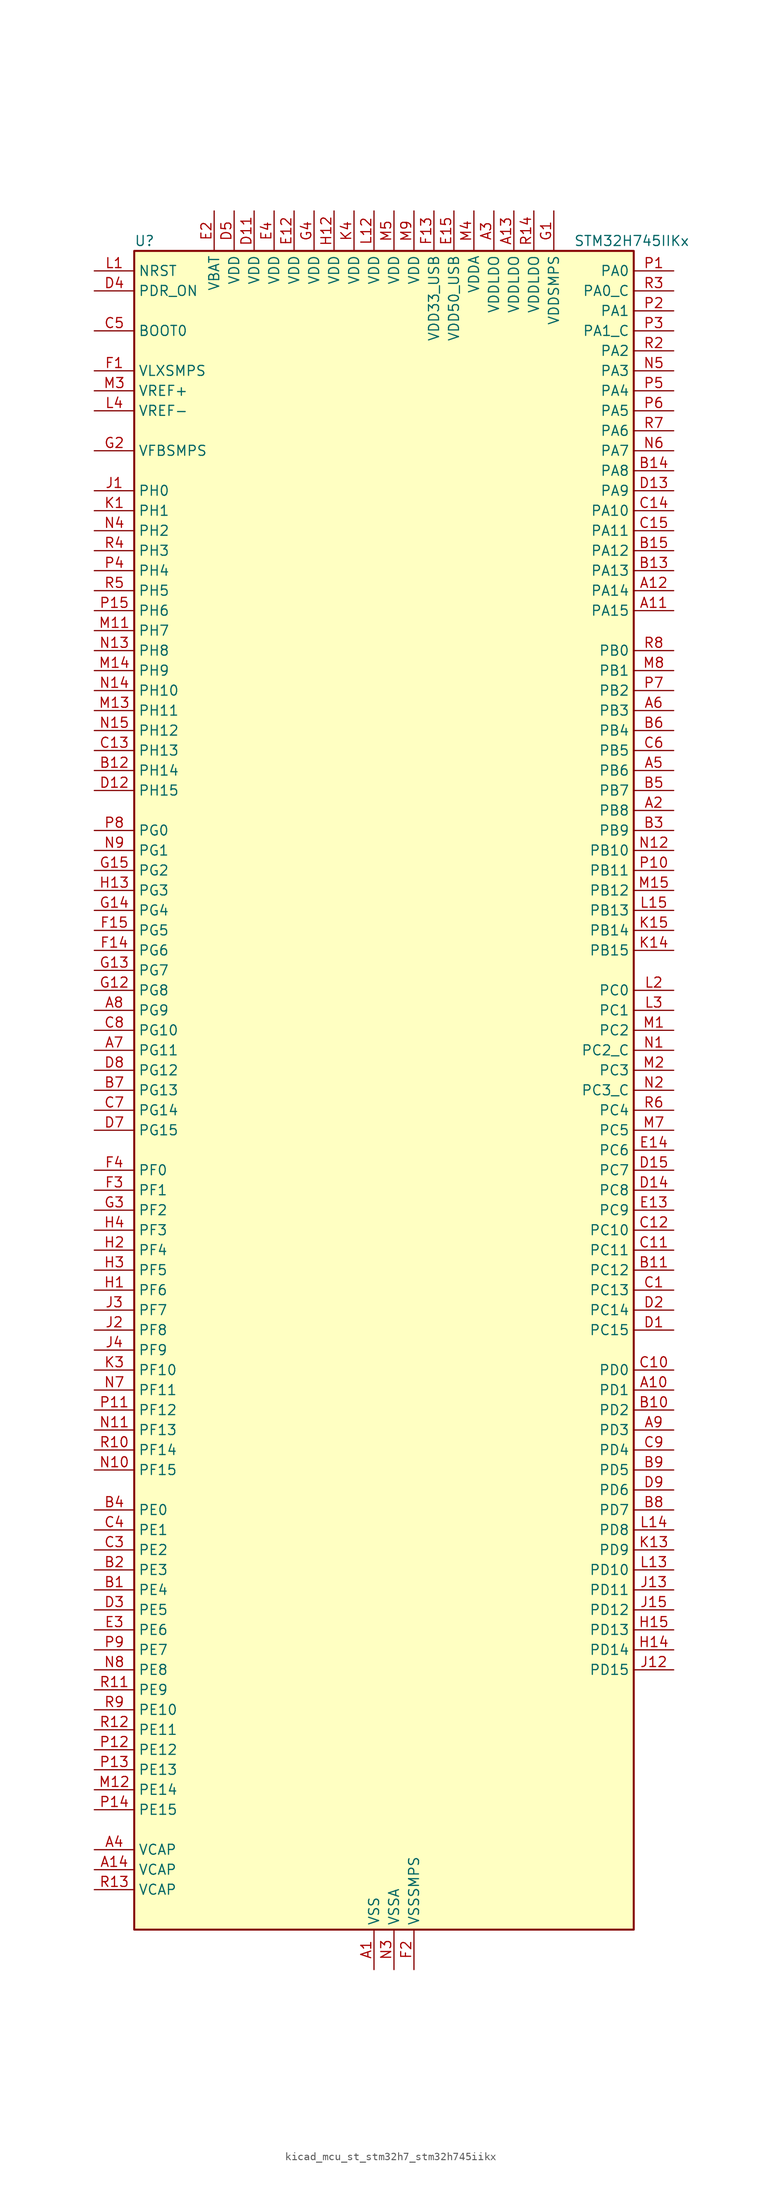
<source format=kicad_sym>
(kicad_symbol_lib
  (version 20220914)
  (generator kicad_symbol_editor)
  (symbol "kicad_mcu_st_stm32h7_stm32h745iikx"
    (property "Reference" "U"
      (at -30.48 107.95 0)
      (effects (font (size 1.27 1.27)) (justify left)))
    (property "Value" "STM32H745IIKx"
      (at 25.4 107.95 0)
      (effects (font (size 1.27 1.27)) (justify left)))
    (property "ki_locked" ""
      (at 0 0 0)
      (effects (font (size 1.27 1.27))))
    (symbol "kicad_mcu_st_stm32h7_stm32h745iikx_0_1"
      (rectangle (start -30.48 -106.68) (end 33.02 106.68) (stroke (width 0.254) (type default)) (fill (type background))))
    (symbol "kicad_mcu_st_stm32h7_stm32h745iikx_1_1"
      (pin power_in line (at 0 -111.76 90) (length 5.08) (name "VSS" (effects (font (size 1.27 1.27)))) (number "A1" (effects (font (size 1.27 1.27)))))
      (pin bidirectional line (at 38.1 -38.1 180) (length 5.08) (name "PD1" (effects (font (size 1.27 1.27)))) (number "A10" (effects (font (size 1.27 1.27)))) (alternate "DFSDM1_DATIN6" bidirectional line) (alternate "FDCAN1_TX" bidirectional line) (alternate "FMC_D3" bidirectional line) (alternate "FMC_DA3" bidirectional line) (alternate "SAI3_SD_A" bidirectional line) (alternate "UART4_TX" bidirectional line))
      (pin bidirectional line (at 38.1 60.96 180) (length 5.08) (name "PA15" (effects (font (size 1.27 1.27)))) (number "A11" (effects (font (size 1.27 1.27)))) (alternate "ADC1_EXTI15" bidirectional line) (alternate "ADC2_EXTI15" bidirectional line) (alternate "ADC3_EXTI15" bidirectional line) (alternate "CEC" bidirectional line) (alternate "DEBUG_JTDI" bidirectional line) (alternate "HRTIM_FLT1" bidirectional line) (alternate "I2S1_WS" bidirectional line) (alternate "I2S3_WS" bidirectional line) (alternate "SPI1_NSS" bidirectional line) (alternate "SPI3_NSS" bidirectional line) (alternate "SPI6_NSS" bidirectional line) (alternate "TIM2_CH1" bidirectional line) (alternate "TIM2_ETR" bidirectional line) (alternate "UART4_DE" bidirectional line) (alternate "UART4_RTS" bidirectional line) (alternate "UART7_TX" bidirectional line))
      (pin bidirectional line (at 38.1 63.5 180) (length 5.08) (name "PA14" (effects (font (size 1.27 1.27)))) (number "A12" (effects (font (size 1.27 1.27)))) (alternate "DEBUG_JTCK-SWCLK" bidirectional line))
      (pin power_in line (at 17.78 111.76 270) (length 5.08) (name "VDDLDO" (effects (font (size 1.27 1.27)))) (number "A13" (effects (font (size 1.27 1.27)))))
      (pin power_out line (at -35.56 -99.06 0) (length 5.08) (name "VCAP" (effects (font (size 1.27 1.27)))) (number "A14" (effects (font (size 1.27 1.27)))))
      (pin passive line (at 0 -111.76 90) (length 5.08) hide (name "VSS" (effects (font (size 1.27 1.27)))) (number "A15" (effects (font (size 1.27 1.27)))))
      (pin bidirectional line (at 38.1 35.56 180) (length 5.08) (name "PB8" (effects (font (size 1.27 1.27)))) (number "A2" (effects (font (size 1.27 1.27)))) (alternate "DCMI_D6" bidirectional line) (alternate "DFSDM1_CKIN7" bidirectional line) (alternate "ETH_TXD3" bidirectional line) (alternate "FDCAN1_RX" bidirectional line) (alternate "I2C1_SCL" bidirectional line) (alternate "I2C4_SCL" bidirectional line) (alternate "LTDC_B6" bidirectional line) (alternate "SDMMC1_CKIN" bidirectional line) (alternate "SDMMC1_D4" bidirectional line) (alternate "SDMMC2_D4" bidirectional line) (alternate "TIM16_CH1" bidirectional line) (alternate "TIM4_CH3" bidirectional line) (alternate "UART4_RX" bidirectional line))
      (pin power_in line (at 15.24 111.76 270) (length 5.08) (name "VDDLDO" (effects (font (size 1.27 1.27)))) (number "A3" (effects (font (size 1.27 1.27)))))
      (pin power_out line (at -35.56 -96.52 0) (length 5.08) (name "VCAP" (effects (font (size 1.27 1.27)))) (number "A4" (effects (font (size 1.27 1.27)))))
      (pin bidirectional line (at 38.1 40.64 180) (length 5.08) (name "PB6" (effects (font (size 1.27 1.27)))) (number "A5" (effects (font (size 1.27 1.27)))) (alternate "CEC" bidirectional line) (alternate "DCMI_D5" bidirectional line) (alternate "DFSDM1_DATIN5" bidirectional line) (alternate "FDCAN2_TX" bidirectional line) (alternate "FMC_SDNE1" bidirectional line) (alternate "HRTIM_EEV8" bidirectional line) (alternate "I2C1_SCL" bidirectional line) (alternate "I2C4_SCL" bidirectional line) (alternate "LPUART1_TX" bidirectional line) (alternate "QUADSPI_BK1_NCS" bidirectional line) (alternate "TIM16_CH1N" bidirectional line) (alternate "TIM4_CH1" bidirectional line) (alternate "UART5_TX" bidirectional line) (alternate "USART1_TX" bidirectional line))
      (pin bidirectional line (at 38.1 48.26 180) (length 5.08) (name "PB3" (effects (font (size 1.27 1.27)))) (number "A6" (effects (font (size 1.27 1.27)))) (alternate "CRS_SYNC" bidirectional line) (alternate "DEBUG_JTDO-SWO" bidirectional line) (alternate "HRTIM_FLT4" bidirectional line) (alternate "I2S1_CK" bidirectional line) (alternate "I2S3_CK" bidirectional line) (alternate "SDMMC2_D2" bidirectional line) (alternate "SPI1_SCK" bidirectional line) (alternate "SPI3_SCK" bidirectional line) (alternate "SPI6_SCK" bidirectional line) (alternate "TIM2_CH2" bidirectional line) (alternate "UART7_RX" bidirectional line))
      (pin bidirectional line (at -35.56 5.08 0) (length 5.08) (name "PG11" (effects (font (size 1.27 1.27)))) (number "A7" (effects (font (size 1.27 1.27)))) (alternate "ADC1_EXTI11" bidirectional line) (alternate "ADC2_EXTI11" bidirectional line) (alternate "ADC3_EXTI11" bidirectional line) (alternate "DCMI_D3" bidirectional line) (alternate "ETH_TX_EN" bidirectional line) (alternate "HRTIM_EEV4" bidirectional line) (alternate "I2S1_CK" bidirectional line) (alternate "LPTIM1_IN2" bidirectional line) (alternate "LTDC_B3" bidirectional line) (alternate "SDMMC2_D2" bidirectional line) (alternate "SPDIFRX1_IN0" bidirectional line) (alternate "SPI1_SCK" bidirectional line))
      (pin bidirectional line (at -35.56 10.16 0) (length 5.08) (name "PG9" (effects (font (size 1.27 1.27)))) (number "A8" (effects (font (size 1.27 1.27)))) (alternate "DAC1_EXTI9" bidirectional line) (alternate "DCMI_VSYNC" bidirectional line) (alternate "FMC_NCE" bidirectional line) (alternate "FMC_NE2" bidirectional line) (alternate "I2S1_SDI" bidirectional line) (alternate "QUADSPI_BK2_IO2" bidirectional line) (alternate "SAI2_FS_B" bidirectional line) (alternate "SPDIFRX1_IN3" bidirectional line) (alternate "SPI1_MISO" bidirectional line) (alternate "USART6_RX" bidirectional line))
      (pin bidirectional line (at 38.1 -43.18 180) (length 5.08) (name "PD3" (effects (font (size 1.27 1.27)))) (number "A9" (effects (font (size 1.27 1.27)))) (alternate "DCMI_D5" bidirectional line) (alternate "DFSDM1_CKOUT" bidirectional line) (alternate "FMC_CLK" bidirectional line) (alternate "I2S2_CK" bidirectional line) (alternate "LTDC_G7" bidirectional line) (alternate "SPI2_SCK" bidirectional line) (alternate "USART2_CTS" bidirectional line) (alternate "USART2_NSS" bidirectional line))
      (pin bidirectional line (at -35.56 -63.5 0) (length 5.08) (name "PE4" (effects (font (size 1.27 1.27)))) (number "B1" (effects (font (size 1.27 1.27)))) (alternate "DCMI_D4" bidirectional line) (alternate "DEBUG_TRACED1" bidirectional line) (alternate "DFSDM1_DATIN3" bidirectional line) (alternate "FMC_A20" bidirectional line) (alternate "LTDC_B0" bidirectional line) (alternate "SAI1_D2" bidirectional line) (alternate "SAI1_FS_A" bidirectional line) (alternate "SAI4_D2" bidirectional line) (alternate "SAI4_FS_A" bidirectional line) (alternate "SPI4_NSS" bidirectional line) (alternate "TIM15_CH1N" bidirectional line))
      (pin bidirectional line (at 38.1 -40.64 180) (length 5.08) (name "PD2" (effects (font (size 1.27 1.27)))) (number "B10" (effects (font (size 1.27 1.27)))) (alternate "DCMI_D11" bidirectional line) (alternate "DEBUG_TRACED2" bidirectional line) (alternate "SDMMC1_CMD" bidirectional line) (alternate "TIM3_ETR" bidirectional line) (alternate "UART5_RX" bidirectional line))
      (pin bidirectional line (at 38.1 -22.86 180) (length 5.08) (name "PC12" (effects (font (size 1.27 1.27)))) (number "B11" (effects (font (size 1.27 1.27)))) (alternate "DCMI_D9" bidirectional line) (alternate "DEBUG_TRACED3" bidirectional line) (alternate "HRTIM_EEV2" bidirectional line) (alternate "I2S3_SDO" bidirectional line) (alternate "SDMMC1_CK" bidirectional line) (alternate "SPI3_MOSI" bidirectional line) (alternate "UART5_TX" bidirectional line) (alternate "USART3_CK" bidirectional line))
      (pin bidirectional line (at -35.56 40.64 0) (length 5.08) (name "PH14" (effects (font (size 1.27 1.27)))) (number "B12" (effects (font (size 1.27 1.27)))) (alternate "DCMI_D4" bidirectional line) (alternate "FDCAN1_RX" bidirectional line) (alternate "FMC_D22" bidirectional line) (alternate "LTDC_G3" bidirectional line) (alternate "TIM8_CH2N" bidirectional line) (alternate "UART4_RX" bidirectional line))
      (pin bidirectional line (at 38.1 66.04 180) (length 5.08) (name "PA13" (effects (font (size 1.27 1.27)))) (number "B13" (effects (font (size 1.27 1.27)))) (alternate "DEBUG_JTMS-SWDIO" bidirectional line))
      (pin bidirectional line (at 38.1 78.74 180) (length 5.08) (name "PA8" (effects (font (size 1.27 1.27)))) (number "B14" (effects (font (size 1.27 1.27)))) (alternate "HRTIM_CHB2" bidirectional line) (alternate "I2C3_SCL" bidirectional line) (alternate "LTDC_B3" bidirectional line) (alternate "LTDC_R6" bidirectional line) (alternate "RCC_MCO_1" bidirectional line) (alternate "TIM1_CH1" bidirectional line) (alternate "TIM8_BKIN2" bidirectional line) (alternate "TIM8_BKIN2_COMP1" bidirectional line) (alternate "TIM8_BKIN2_COMP2" bidirectional line) (alternate "UART7_RX" bidirectional line) (alternate "USART1_CK" bidirectional line) (alternate "USB_OTG_FS_SOF" bidirectional line))
      (pin bidirectional line (at 38.1 68.58 180) (length 5.08) (name "PA12" (effects (font (size 1.27 1.27)))) (number "B15" (effects (font (size 1.27 1.27)))) (alternate "FDCAN1_TX" bidirectional line) (alternate "HRTIM_CHD2" bidirectional line) (alternate "I2S2_CK" bidirectional line) (alternate "LPUART1_DE" bidirectional line) (alternate "LPUART1_RTS" bidirectional line) (alternate "LTDC_R5" bidirectional line) (alternate "SAI2_FS_B" bidirectional line) (alternate "SPI2_SCK" bidirectional line) (alternate "TIM1_ETR" bidirectional line) (alternate "UART4_TX" bidirectional line) (alternate "USART1_DE" bidirectional line) (alternate "USART1_RTS" bidirectional line) (alternate "USB_OTG_FS_DP" bidirectional line))
      (pin bidirectional line (at -35.56 -60.96 0) (length 5.08) (name "PE3" (effects (font (size 1.27 1.27)))) (number "B2" (effects (font (size 1.27 1.27)))) (alternate "DEBUG_TRACED0" bidirectional line) (alternate "FMC_A19" bidirectional line) (alternate "SAI1_SD_B" bidirectional line) (alternate "SAI4_SD_B" bidirectional line) (alternate "TIM15_BKIN" bidirectional line))
      (pin bidirectional line (at 38.1 33.02 180) (length 5.08) (name "PB9" (effects (font (size 1.27 1.27)))) (number "B3" (effects (font (size 1.27 1.27)))) (alternate "DAC1_EXTI9" bidirectional line) (alternate "DCMI_D7" bidirectional line) (alternate "DFSDM1_DATIN7" bidirectional line) (alternate "FDCAN1_TX" bidirectional line) (alternate "I2C1_SDA" bidirectional line) (alternate "I2C4_SDA" bidirectional line) (alternate "I2C4_SMBA" bidirectional line) (alternate "I2S2_WS" bidirectional line) (alternate "LTDC_B7" bidirectional line) (alternate "SDMMC1_CDIR" bidirectional line) (alternate "SDMMC1_D5" bidirectional line) (alternate "SDMMC2_D5" bidirectional line) (alternate "SPI2_NSS" bidirectional line) (alternate "TIM17_CH1" bidirectional line) (alternate "TIM4_CH4" bidirectional line) (alternate "UART4_TX" bidirectional line))
      (pin bidirectional line (at -35.56 -53.34 0) (length 5.08) (name "PE0" (effects (font (size 1.27 1.27)))) (number "B4" (effects (font (size 1.27 1.27)))) (alternate "DCMI_D2" bidirectional line) (alternate "FMC_NBL0" bidirectional line) (alternate "HRTIM_SCIN" bidirectional line) (alternate "LPTIM1_ETR" bidirectional line) (alternate "LPTIM2_ETR" bidirectional line) (alternate "SAI2_MCLK_A" bidirectional line) (alternate "TIM4_ETR" bidirectional line) (alternate "UART8_RX" bidirectional line))
      (pin bidirectional line (at 38.1 38.1 180) (length 5.08) (name "PB7" (effects (font (size 1.27 1.27)))) (number "B5" (effects (font (size 1.27 1.27)))) (alternate "DCMI_VSYNC" bidirectional line) (alternate "DFSDM1_CKIN5" bidirectional line) (alternate "FMC_NL" bidirectional line) (alternate "HRTIM_EEV9" bidirectional line) (alternate "I2C1_SDA" bidirectional line) (alternate "I2C4_SDA" bidirectional line) (alternate "LPUART1_RX" bidirectional line) (alternate "PWR_PVD_IN" bidirectional line) (alternate "TIM17_CH1N" bidirectional line) (alternate "TIM4_CH2" bidirectional line) (alternate "USART1_RX" bidirectional line))
      (pin bidirectional line (at 38.1 45.72 180) (length 5.08) (name "PB4" (effects (font (size 1.27 1.27)))) (number "B6" (effects (font (size 1.27 1.27)))) (alternate "DEBUG_JTRST" bidirectional line) (alternate "HRTIM_EEV6" bidirectional line) (alternate "I2S1_SDI" bidirectional line) (alternate "I2S2_WS" bidirectional line) (alternate "I2S3_SDI" bidirectional line) (alternate "SDMMC2_D3" bidirectional line) (alternate "SPI1_MISO" bidirectional line) (alternate "SPI2_NSS" bidirectional line) (alternate "SPI3_MISO" bidirectional line) (alternate "SPI6_MISO" bidirectional line) (alternate "TIM16_BKIN" bidirectional line) (alternate "TIM3_CH1" bidirectional line) (alternate "UART7_TX" bidirectional line))
      (pin bidirectional line (at -35.56 0 0) (length 5.08) (name "PG13" (effects (font (size 1.27 1.27)))) (number "B7" (effects (font (size 1.27 1.27)))) (alternate "DEBUG_TRACED0" bidirectional line) (alternate "ETH_TXD0" bidirectional line) (alternate "FMC_A24" bidirectional line) (alternate "HRTIM_EEV10" bidirectional line) (alternate "LPTIM1_OUT" bidirectional line) (alternate "LTDC_R0" bidirectional line) (alternate "SPI6_SCK" bidirectional line) (alternate "USART6_CTS" bidirectional line) (alternate "USART6_NSS" bidirectional line))
      (pin bidirectional line (at 38.1 -53.34 180) (length 5.08) (name "PD7" (effects (font (size 1.27 1.27)))) (number "B8" (effects (font (size 1.27 1.27)))) (alternate "DFSDM1_CKIN1" bidirectional line) (alternate "DFSDM1_DATIN4" bidirectional line) (alternate "FMC_NE1" bidirectional line) (alternate "I2S1_SDO" bidirectional line) (alternate "SDMMC2_CMD" bidirectional line) (alternate "SPDIFRX1_IN0" bidirectional line) (alternate "SPI1_MOSI" bidirectional line) (alternate "USART2_CK" bidirectional line))
      (pin bidirectional line (at 38.1 -48.26 180) (length 5.08) (name "PD5" (effects (font (size 1.27 1.27)))) (number "B9" (effects (font (size 1.27 1.27)))) (alternate "FMC_NWE" bidirectional line) (alternate "HRTIM_EEV3" bidirectional line) (alternate "USART2_TX" bidirectional line))
      (pin bidirectional line (at 38.1 -25.4 180) (length 5.08) (name "PC13" (effects (font (size 1.27 1.27)))) (number "C1" (effects (font (size 1.27 1.27)))) (alternate "PWR_WKUP2" bidirectional line) (alternate "RTC_OUT_ALARM" bidirectional line) (alternate "RTC_OUT_CALIB" bidirectional line) (alternate "RTC_TAMP1" bidirectional line) (alternate "RTC_TS" bidirectional line))
      (pin bidirectional line (at 38.1 -35.56 180) (length 5.08) (name "PD0" (effects (font (size 1.27 1.27)))) (number "C10" (effects (font (size 1.27 1.27)))) (alternate "DFSDM1_CKIN6" bidirectional line) (alternate "FDCAN1_RX" bidirectional line) (alternate "FMC_D2" bidirectional line) (alternate "FMC_DA2" bidirectional line) (alternate "SAI3_SCK_A" bidirectional line) (alternate "UART4_RX" bidirectional line))
      (pin bidirectional line (at 38.1 -20.32 180) (length 5.08) (name "PC11" (effects (font (size 1.27 1.27)))) (number "C11" (effects (font (size 1.27 1.27)))) (alternate "ADC1_EXTI11" bidirectional line) (alternate "ADC2_EXTI11" bidirectional line) (alternate "ADC3_EXTI11" bidirectional line) (alternate "DCMI_D4" bidirectional line) (alternate "DFSDM1_DATIN5" bidirectional line) (alternate "HRTIM_FLT2" bidirectional line) (alternate "I2S3_SDI" bidirectional line) (alternate "QUADSPI_BK2_NCS" bidirectional line) (alternate "SDMMC1_D3" bidirectional line) (alternate "SPI3_MISO" bidirectional line) (alternate "UART4_RX" bidirectional line) (alternate "USART3_RX" bidirectional line))
      (pin bidirectional line (at 38.1 -17.78 180) (length 5.08) (name "PC10" (effects (font (size 1.27 1.27)))) (number "C12" (effects (font (size 1.27 1.27)))) (alternate "DCMI_D8" bidirectional line) (alternate "DFSDM1_CKIN5" bidirectional line) (alternate "HRTIM_EEV1" bidirectional line) (alternate "I2S3_CK" bidirectional line) (alternate "LTDC_R2" bidirectional line) (alternate "QUADSPI_BK1_IO1" bidirectional line) (alternate "SDMMC1_D2" bidirectional line) (alternate "SPI3_SCK" bidirectional line) (alternate "UART4_TX" bidirectional line) (alternate "USART3_TX" bidirectional line))
      (pin bidirectional line (at -35.56 43.18 0) (length 5.08) (name "PH13" (effects (font (size 1.27 1.27)))) (number "C13" (effects (font (size 1.27 1.27)))) (alternate "FDCAN1_TX" bidirectional line) (alternate "FMC_D21" bidirectional line) (alternate "LTDC_G2" bidirectional line) (alternate "TIM8_CH1N" bidirectional line) (alternate "UART4_TX" bidirectional line))
      (pin bidirectional line (at 38.1 73.66 180) (length 5.08) (name "PA10" (effects (font (size 1.27 1.27)))) (number "C14" (effects (font (size 1.27 1.27)))) (alternate "DCMI_D1" bidirectional line) (alternate "HRTIM_CHC2" bidirectional line) (alternate "LPUART1_RX" bidirectional line) (alternate "LTDC_B1" bidirectional line) (alternate "LTDC_B4" bidirectional line) (alternate "MDIOS_MDIO" bidirectional line) (alternate "TIM1_CH3" bidirectional line) (alternate "USART1_RX" bidirectional line) (alternate "USB_OTG_FS_ID" bidirectional line))
      (pin bidirectional line (at 38.1 71.12 180) (length 5.08) (name "PA11" (effects (font (size 1.27 1.27)))) (number "C15" (effects (font (size 1.27 1.27)))) (alternate "ADC1_EXTI11" bidirectional line) (alternate "ADC2_EXTI11" bidirectional line) (alternate "ADC3_EXTI11" bidirectional line) (alternate "FDCAN1_RX" bidirectional line) (alternate "HRTIM_CHD1" bidirectional line) (alternate "I2S2_WS" bidirectional line) (alternate "LPUART1_CTS" bidirectional line) (alternate "LTDC_R4" bidirectional line) (alternate "SPI2_NSS" bidirectional line) (alternate "TIM1_CH4" bidirectional line) (alternate "UART4_RX" bidirectional line) (alternate "USART1_CTS" bidirectional line) (alternate "USART1_NSS" bidirectional line) (alternate "USB_OTG_FS_DM" bidirectional line))
      (pin passive line (at 0 -111.76 90) (length 5.08) hide (name "VSS" (effects (font (size 1.27 1.27)))) (number "C2" (effects (font (size 1.27 1.27)))))
      (pin bidirectional line (at -35.56 -58.42 0) (length 5.08) (name "PE2" (effects (font (size 1.27 1.27)))) (number "C3" (effects (font (size 1.27 1.27)))) (alternate "DEBUG_TRACECLK" bidirectional line) (alternate "ETH_TXD3" bidirectional line) (alternate "FMC_A23" bidirectional line) (alternate "QUADSPI_BK1_IO2" bidirectional line) (alternate "SAI1_CK1" bidirectional line) (alternate "SAI1_MCLK_A" bidirectional line) (alternate "SAI4_CK1" bidirectional line) (alternate "SAI4_MCLK_A" bidirectional line) (alternate "SPI4_SCK" bidirectional line))
      (pin bidirectional line (at -35.56 -55.88 0) (length 5.08) (name "PE1" (effects (font (size 1.27 1.27)))) (number "C4" (effects (font (size 1.27 1.27)))) (alternate "DCMI_D3" bidirectional line) (alternate "FMC_NBL1" bidirectional line) (alternate "HRTIM_SCOUT" bidirectional line) (alternate "LPTIM1_IN2" bidirectional line) (alternate "UART8_TX" bidirectional line))
      (pin input line (at -35.56 96.52 0) (length 5.08) (name "BOOT0" (effects (font (size 1.27 1.27)))) (number "C5" (effects (font (size 1.27 1.27)))))
      (pin bidirectional line (at 38.1 43.18 180) (length 5.08) (name "PB5" (effects (font (size 1.27 1.27)))) (number "C6" (effects (font (size 1.27 1.27)))) (alternate "DCMI_D10" bidirectional line) (alternate "ETH_PPS_OUT" bidirectional line) (alternate "FDCAN2_RX" bidirectional line) (alternate "FMC_SDCKE1" bidirectional line) (alternate "HRTIM_EEV7" bidirectional line) (alternate "I2C1_SMBA" bidirectional line) (alternate "I2C4_SMBA" bidirectional line) (alternate "I2S1_SDO" bidirectional line) (alternate "I2S3_SDO" bidirectional line) (alternate "SPI1_MOSI" bidirectional line) (alternate "SPI3_MOSI" bidirectional line) (alternate "SPI6_MOSI" bidirectional line) (alternate "TIM17_BKIN" bidirectional line) (alternate "TIM3_CH2" bidirectional line) (alternate "UART5_RX" bidirectional line) (alternate "USB_OTG_HS_ULPI_D7" bidirectional line))
      (pin bidirectional line (at -35.56 -2.54 0) (length 5.08) (name "PG14" (effects (font (size 1.27 1.27)))) (number "C7" (effects (font (size 1.27 1.27)))) (alternate "DEBUG_TRACED1" bidirectional line) (alternate "ETH_TXD1" bidirectional line) (alternate "FMC_A25" bidirectional line) (alternate "LPTIM1_ETR" bidirectional line) (alternate "LTDC_B0" bidirectional line) (alternate "QUADSPI_BK2_IO3" bidirectional line) (alternate "SPI6_MOSI" bidirectional line) (alternate "USART6_TX" bidirectional line))
      (pin bidirectional line (at -35.56 7.62 0) (length 5.08) (name "PG10" (effects (font (size 1.27 1.27)))) (number "C8" (effects (font (size 1.27 1.27)))) (alternate "DCMI_D2" bidirectional line) (alternate "FMC_NE3" bidirectional line) (alternate "HRTIM_FLT5" bidirectional line) (alternate "I2S1_WS" bidirectional line) (alternate "LTDC_B2" bidirectional line) (alternate "LTDC_G3" bidirectional line) (alternate "SAI2_SD_B" bidirectional line) (alternate "SPI1_NSS" bidirectional line))
      (pin bidirectional line (at 38.1 -45.72 180) (length 5.08) (name "PD4" (effects (font (size 1.27 1.27)))) (number "C9" (effects (font (size 1.27 1.27)))) (alternate "FMC_NOE" bidirectional line) (alternate "HRTIM_FLT3" bidirectional line) (alternate "SAI3_FS_A" bidirectional line) (alternate "USART2_DE" bidirectional line) (alternate "USART2_RTS" bidirectional line))
      (pin bidirectional line (at 38.1 -30.48 180) (length 5.08) (name "PC15" (effects (font (size 1.27 1.27)))) (number "D1" (effects (font (size 1.27 1.27)))) (alternate "ADC1_EXTI15" bidirectional line) (alternate "ADC2_EXTI15" bidirectional line) (alternate "ADC3_EXTI15" bidirectional line) (alternate "RCC_OSC32_OUT" bidirectional line))
      (pin passive line (at 0 -111.76 90) (length 5.08) hide (name "VSS" (effects (font (size 1.27 1.27)))) (number "D10" (effects (font (size 1.27 1.27)))))
      (pin power_in line (at -15.24 111.76 270) (length 5.08) (name "VDD" (effects (font (size 1.27 1.27)))) (number "D11" (effects (font (size 1.27 1.27)))))
      (pin bidirectional line (at -35.56 38.1 0) (length 5.08) (name "PH15" (effects (font (size 1.27 1.27)))) (number "D12" (effects (font (size 1.27 1.27)))) (alternate "ADC1_EXTI15" bidirectional line) (alternate "ADC2_EXTI15" bidirectional line) (alternate "ADC3_EXTI15" bidirectional line) (alternate "DCMI_D11" bidirectional line) (alternate "FMC_D23" bidirectional line) (alternate "LTDC_G4" bidirectional line) (alternate "TIM8_CH3N" bidirectional line))
      (pin bidirectional line (at 38.1 76.2 180) (length 5.08) (name "PA9" (effects (font (size 1.27 1.27)))) (number "D13" (effects (font (size 1.27 1.27)))) (alternate "DAC1_EXTI9" bidirectional line) (alternate "DCMI_D0" bidirectional line) (alternate "HRTIM_CHC1" bidirectional line) (alternate "I2C3_SMBA" bidirectional line) (alternate "I2S2_CK" bidirectional line) (alternate "LPUART1_TX" bidirectional line) (alternate "LTDC_R5" bidirectional line) (alternate "SPI2_SCK" bidirectional line) (alternate "TIM1_CH2" bidirectional line) (alternate "USART1_TX" bidirectional line) (alternate "USB_OTG_FS_VBUS" bidirectional line))
      (pin bidirectional line (at 38.1 -12.7 180) (length 5.08) (name "PC8" (effects (font (size 1.27 1.27)))) (number "D14" (effects (font (size 1.27 1.27)))) (alternate "DCMI_D2" bidirectional line) (alternate "DEBUG_TRACED1" bidirectional line) (alternate "FMC_NCE" bidirectional line) (alternate "FMC_NE2" bidirectional line) (alternate "HRTIM_CHB1" bidirectional line) (alternate "SDMMC1_D0" bidirectional line) (alternate "SWPMI1_RX" bidirectional line) (alternate "TIM3_CH3" bidirectional line) (alternate "TIM8_CH3" bidirectional line) (alternate "UART5_DE" bidirectional line) (alternate "UART5_RTS" bidirectional line) (alternate "USART6_CK" bidirectional line))
      (pin bidirectional line (at 38.1 -10.16 180) (length 5.08) (name "PC7" (effects (font (size 1.27 1.27)))) (number "D15" (effects (font (size 1.27 1.27)))) (alternate "DCMI_D1" bidirectional line) (alternate "DEBUG_TRGIO" bidirectional line) (alternate "DFSDM1_DATIN3" bidirectional line) (alternate "FMC_NE1" bidirectional line) (alternate "HRTIM_CHA2" bidirectional line) (alternate "I2S3_MCK" bidirectional line) (alternate "LTDC_G6" bidirectional line) (alternate "SDMMC1_D123DIR" bidirectional line) (alternate "SDMMC1_D7" bidirectional line) (alternate "SDMMC2_D7" bidirectional line) (alternate "SWPMI1_TX" bidirectional line) (alternate "TIM3_CH2" bidirectional line) (alternate "TIM8_CH2" bidirectional line) (alternate "USART6_RX" bidirectional line))
      (pin bidirectional line (at 38.1 -27.94 180) (length 5.08) (name "PC14" (effects (font (size 1.27 1.27)))) (number "D2" (effects (font (size 1.27 1.27)))) (alternate "RCC_OSC32_IN" bidirectional line))
      (pin bidirectional line (at -35.56 -66.04 0) (length 5.08) (name "PE5" (effects (font (size 1.27 1.27)))) (number "D3" (effects (font (size 1.27 1.27)))) (alternate "DCMI_D6" bidirectional line) (alternate "DEBUG_TRACED2" bidirectional line) (alternate "DFSDM1_CKIN3" bidirectional line) (alternate "FMC_A21" bidirectional line) (alternate "LTDC_G0" bidirectional line) (alternate "SAI1_CK2" bidirectional line) (alternate "SAI1_SCK_A" bidirectional line) (alternate "SAI4_CK2" bidirectional line) (alternate "SAI4_SCK_A" bidirectional line) (alternate "SPI4_MISO" bidirectional line) (alternate "TIM15_CH1" bidirectional line))
      (pin input line (at -35.56 101.6 0) (length 5.08) (name "PDR_ON" (effects (font (size 1.27 1.27)))) (number "D4" (effects (font (size 1.27 1.27)))))
      (pin power_in line (at -17.78 111.76 270) (length 5.08) (name "VDD" (effects (font (size 1.27 1.27)))) (number "D5" (effects (font (size 1.27 1.27)))))
      (pin passive line (at 0 -111.76 90) (length 5.08) hide (name "VSS" (effects (font (size 1.27 1.27)))) (number "D6" (effects (font (size 1.27 1.27)))))
      (pin bidirectional line (at -35.56 -5.08 0) (length 5.08) (name "PG15" (effects (font (size 1.27 1.27)))) (number "D7" (effects (font (size 1.27 1.27)))) (alternate "ADC1_EXTI15" bidirectional line) (alternate "ADC2_EXTI15" bidirectional line) (alternate "ADC3_EXTI15" bidirectional line) (alternate "DCMI_D13" bidirectional line) (alternate "FMC_SDNCAS" bidirectional line) (alternate "USART6_CTS" bidirectional line) (alternate "USART6_NSS" bidirectional line))
      (pin bidirectional line (at -35.56 2.54 0) (length 5.08) (name "PG12" (effects (font (size 1.27 1.27)))) (number "D8" (effects (font (size 1.27 1.27)))) (alternate "ETH_TXD1" bidirectional line) (alternate "FMC_NE4" bidirectional line) (alternate "HRTIM_EEV5" bidirectional line) (alternate "LPTIM1_IN1" bidirectional line) (alternate "LTDC_B1" bidirectional line) (alternate "LTDC_B4" bidirectional line) (alternate "SPDIFRX1_IN1" bidirectional line) (alternate "SPI6_MISO" bidirectional line) (alternate "USART6_DE" bidirectional line) (alternate "USART6_RTS" bidirectional line))
      (pin bidirectional line (at 38.1 -50.8 180) (length 5.08) (name "PD6" (effects (font (size 1.27 1.27)))) (number "D9" (effects (font (size 1.27 1.27)))) (alternate "DCMI_D10" bidirectional line) (alternate "DFSDM1_CKIN4" bidirectional line) (alternate "DFSDM1_DATIN1" bidirectional line) (alternate "FMC_NWAIT" bidirectional line) (alternate "I2S3_SDO" bidirectional line) (alternate "LTDC_B2" bidirectional line) (alternate "SAI1_D1" bidirectional line) (alternate "SAI1_SD_A" bidirectional line) (alternate "SAI4_D1" bidirectional line) (alternate "SAI4_SD_A" bidirectional line) (alternate "SDMMC2_CK" bidirectional line) (alternate "SPI3_MOSI" bidirectional line) (alternate "USART2_RX" bidirectional line))
      (pin passive line (at 0 -111.76 90) (length 5.08) hide (name "VSS" (effects (font (size 1.27 1.27)))) (number "E1" (effects (font (size 1.27 1.27)))))
      (pin power_in line (at -10.16 111.76 270) (length 5.08) (name "VDD" (effects (font (size 1.27 1.27)))) (number "E12" (effects (font (size 1.27 1.27)))))
      (pin bidirectional line (at 38.1 -15.24 180) (length 5.08) (name "PC9" (effects (font (size 1.27 1.27)))) (number "E13" (effects (font (size 1.27 1.27)))) (alternate "DAC1_EXTI9" bidirectional line) (alternate "DCMI_D3" bidirectional line) (alternate "I2C3_SDA" bidirectional line) (alternate "I2S_CKIN" bidirectional line) (alternate "LTDC_B2" bidirectional line) (alternate "LTDC_G3" bidirectional line) (alternate "QUADSPI_BK1_IO0" bidirectional line) (alternate "RCC_MCO_2" bidirectional line) (alternate "SDMMC1_D1" bidirectional line) (alternate "SWPMI1_SUSPEND" bidirectional line) (alternate "TIM3_CH4" bidirectional line) (alternate "TIM8_CH4" bidirectional line) (alternate "UART5_CTS" bidirectional line))
      (pin bidirectional line (at 38.1 -7.62 180) (length 5.08) (name "PC6" (effects (font (size 1.27 1.27)))) (number "E14" (effects (font (size 1.27 1.27)))) (alternate "DCMI_D0" bidirectional line) (alternate "DFSDM1_CKIN3" bidirectional line) (alternate "FMC_NWAIT" bidirectional line) (alternate "HRTIM_CHA1" bidirectional line) (alternate "I2S2_MCK" bidirectional line) (alternate "LTDC_HSYNC" bidirectional line) (alternate "SDMMC1_D0DIR" bidirectional line) (alternate "SDMMC1_D6" bidirectional line) (alternate "SDMMC2_D6" bidirectional line) (alternate "SWPMI1_IO" bidirectional line) (alternate "TIM3_CH1" bidirectional line) (alternate "TIM8_CH1" bidirectional line) (alternate "USART6_TX" bidirectional line))
      (pin power_in line (at 10.16 111.76 270) (length 5.08) (name "VDD50_USB" (effects (font (size 1.27 1.27)))) (number "E15" (effects (font (size 1.27 1.27)))))
      (pin power_in line (at -20.32 111.76 270) (length 5.08) (name "VBAT" (effects (font (size 1.27 1.27)))) (number "E2" (effects (font (size 1.27 1.27)))))
      (pin bidirectional line (at -35.56 -68.58 0) (length 5.08) (name "PE6" (effects (font (size 1.27 1.27)))) (number "E3" (effects (font (size 1.27 1.27)))) (alternate "DCMI_D7" bidirectional line) (alternate "DEBUG_TRACED3" bidirectional line) (alternate "FMC_A22" bidirectional line) (alternate "LTDC_G1" bidirectional line) (alternate "SAI1_D1" bidirectional line) (alternate "SAI1_SD_A" bidirectional line) (alternate "SAI2_MCLK_B" bidirectional line) (alternate "SAI4_D1" bidirectional line) (alternate "SAI4_SD_A" bidirectional line) (alternate "SPI4_MOSI" bidirectional line) (alternate "TIM15_CH2" bidirectional line) (alternate "TIM1_BKIN2" bidirectional line) (alternate "TIM1_BKIN2_COMP1" bidirectional line) (alternate "TIM1_BKIN2_COMP2" bidirectional line))
      (pin power_in line (at -12.7 111.76 270) (length 5.08) (name "VDD" (effects (font (size 1.27 1.27)))) (number "E4" (effects (font (size 1.27 1.27)))))
      (pin power_in line (at -35.56 91.44 0) (length 5.08) (name "VLXSMPS" (effects (font (size 1.27 1.27)))) (number "F1" (effects (font (size 1.27 1.27)))))
      (pin passive line (at 0 -111.76 90) (length 5.08) hide (name "VSS" (effects (font (size 1.27 1.27)))) (number "F10" (effects (font (size 1.27 1.27)))))
      (pin passive line (at 0 -111.76 90) (length 5.08) hide (name "VSS" (effects (font (size 1.27 1.27)))) (number "F12" (effects (font (size 1.27 1.27)))))
      (pin power_in line (at 7.62 111.76 270) (length 5.08) (name "VDD33_USB" (effects (font (size 1.27 1.27)))) (number "F13" (effects (font (size 1.27 1.27)))))
      (pin bidirectional line (at -35.56 17.78 0) (length 5.08) (name "PG6" (effects (font (size 1.27 1.27)))) (number "F14" (effects (font (size 1.27 1.27)))) (alternate "DCMI_D12" bidirectional line) (alternate "FMC_NE3" bidirectional line) (alternate "HRTIM_CHE1" bidirectional line) (alternate "LTDC_R7" bidirectional line) (alternate "QUADSPI_BK1_NCS" bidirectional line) (alternate "TIM17_BKIN" bidirectional line))
      (pin bidirectional line (at -35.56 20.32 0) (length 5.08) (name "PG5" (effects (font (size 1.27 1.27)))) (number "F15" (effects (font (size 1.27 1.27)))) (alternate "FMC_A15" bidirectional line) (alternate "FMC_BA1" bidirectional line) (alternate "TIM1_ETR" bidirectional line))
      (pin power_in line (at 5.08 -111.76 90) (length 5.08) (name "VSSSMPS" (effects (font (size 1.27 1.27)))) (number "F2" (effects (font (size 1.27 1.27)))))
      (pin bidirectional line (at -35.56 -12.7 0) (length 5.08) (name "PF1" (effects (font (size 1.27 1.27)))) (number "F3" (effects (font (size 1.27 1.27)))) (alternate "FMC_A1" bidirectional line) (alternate "I2C2_SCL" bidirectional line))
      (pin bidirectional line (at -35.56 -10.16 0) (length 5.08) (name "PF0" (effects (font (size 1.27 1.27)))) (number "F4" (effects (font (size 1.27 1.27)))) (alternate "FMC_A0" bidirectional line) (alternate "I2C2_SDA" bidirectional line))
      (pin passive line (at 0 -111.76 90) (length 5.08) hide (name "VSS" (effects (font (size 1.27 1.27)))) (number "F6" (effects (font (size 1.27 1.27)))))
      (pin passive line (at 0 -111.76 90) (length 5.08) hide (name "VSS" (effects (font (size 1.27 1.27)))) (number "F7" (effects (font (size 1.27 1.27)))))
      (pin passive line (at 0 -111.76 90) (length 5.08) hide (name "VSS" (effects (font (size 1.27 1.27)))) (number "F8" (effects (font (size 1.27 1.27)))))
      (pin passive line (at 0 -111.76 90) (length 5.08) hide (name "VSS" (effects (font (size 1.27 1.27)))) (number "F9" (effects (font (size 1.27 1.27)))))
      (pin power_in line (at 22.86 111.76 270) (length 5.08) (name "VDDSMPS" (effects (font (size 1.27 1.27)))) (number "G1" (effects (font (size 1.27 1.27)))))
      (pin passive line (at 0 -111.76 90) (length 5.08) hide (name "VSS" (effects (font (size 1.27 1.27)))) (number "G10" (effects (font (size 1.27 1.27)))))
      (pin bidirectional line (at -35.56 12.7 0) (length 5.08) (name "PG8" (effects (font (size 1.27 1.27)))) (number "G12" (effects (font (size 1.27 1.27)))) (alternate "ETH_PPS_OUT" bidirectional line) (alternate "FMC_SDCLK" bidirectional line) (alternate "LTDC_G7" bidirectional line) (alternate "SPDIFRX1_IN2" bidirectional line) (alternate "SPI6_NSS" bidirectional line) (alternate "TIM8_ETR" bidirectional line) (alternate "USART6_DE" bidirectional line) (alternate "USART6_RTS" bidirectional line))
      (pin bidirectional line (at -35.56 15.24 0) (length 5.08) (name "PG7" (effects (font (size 1.27 1.27)))) (number "G13" (effects (font (size 1.27 1.27)))) (alternate "DCMI_D13" bidirectional line) (alternate "FMC_INT" bidirectional line) (alternate "HRTIM_CHE2" bidirectional line) (alternate "LTDC_CLK" bidirectional line) (alternate "SAI1_MCLK_A" bidirectional line) (alternate "USART6_CK" bidirectional line))
      (pin bidirectional line (at -35.56 22.86 0) (length 5.08) (name "PG4" (effects (font (size 1.27 1.27)))) (number "G14" (effects (font (size 1.27 1.27)))) (alternate "FMC_A14" bidirectional line) (alternate "FMC_BA0" bidirectional line) (alternate "TIM1_BKIN2" bidirectional line) (alternate "TIM1_BKIN2_COMP1" bidirectional line) (alternate "TIM1_BKIN2_COMP2" bidirectional line))
      (pin bidirectional line (at -35.56 27.94 0) (length 5.08) (name "PG2" (effects (font (size 1.27 1.27)))) (number "G15" (effects (font (size 1.27 1.27)))) (alternate "FMC_A12" bidirectional line) (alternate "TIM8_BKIN" bidirectional line) (alternate "TIM8_BKIN_COMP1" bidirectional line) (alternate "TIM8_BKIN_COMP2" bidirectional line))
      (pin input line (at -35.56 81.28 0) (length 5.08) (name "VFBSMPS" (effects (font (size 1.27 1.27)))) (number "G2" (effects (font (size 1.27 1.27)))))
      (pin bidirectional line (at -35.56 -15.24 0) (length 5.08) (name "PF2" (effects (font (size 1.27 1.27)))) (number "G3" (effects (font (size 1.27 1.27)))) (alternate "FMC_A2" bidirectional line) (alternate "I2C2_SMBA" bidirectional line))
      (pin power_in line (at -7.62 111.76 270) (length 5.08) (name "VDD" (effects (font (size 1.27 1.27)))) (number "G4" (effects (font (size 1.27 1.27)))))
      (pin passive line (at 0 -111.76 90) (length 5.08) hide (name "VSS" (effects (font (size 1.27 1.27)))) (number "G6" (effects (font (size 1.27 1.27)))))
      (pin passive line (at 0 -111.76 90) (length 5.08) hide (name "VSS" (effects (font (size 1.27 1.27)))) (number "G7" (effects (font (size 1.27 1.27)))))
      (pin passive line (at 0 -111.76 90) (length 5.08) hide (name "VSS" (effects (font (size 1.27 1.27)))) (number "G8" (effects (font (size 1.27 1.27)))))
      (pin passive line (at 0 -111.76 90) (length 5.08) hide (name "VSS" (effects (font (size 1.27 1.27)))) (number "G9" (effects (font (size 1.27 1.27)))))
      (pin bidirectional line (at -35.56 -25.4 0) (length 5.08) (name "PF6" (effects (font (size 1.27 1.27)))) (number "H1" (effects (font (size 1.27 1.27)))) (alternate "ADC3_INN4" bidirectional line) (alternate "ADC3_INP8" bidirectional line) (alternate "QUADSPI_BK1_IO3" bidirectional line) (alternate "SAI1_SD_B" bidirectional line) (alternate "SAI4_SD_B" bidirectional line) (alternate "SPI5_NSS" bidirectional line) (alternate "TIM16_CH1" bidirectional line) (alternate "UART7_RX" bidirectional line))
      (pin passive line (at 0 -111.76 90) (length 5.08) hide (name "VSS" (effects (font (size 1.27 1.27)))) (number "H10" (effects (font (size 1.27 1.27)))))
      (pin power_in line (at -5.08 111.76 270) (length 5.08) (name "VDD" (effects (font (size 1.27 1.27)))) (number "H12" (effects (font (size 1.27 1.27)))))
      (pin bidirectional line (at -35.56 25.4 0) (length 5.08) (name "PG3" (effects (font (size 1.27 1.27)))) (number "H13" (effects (font (size 1.27 1.27)))) (alternate "FMC_A13" bidirectional line) (alternate "TIM8_BKIN2" bidirectional line) (alternate "TIM8_BKIN2_COMP1" bidirectional line) (alternate "TIM8_BKIN2_COMP2" bidirectional line))
      (pin bidirectional line (at 38.1 -71.12 180) (length 5.08) (name "PD14" (effects (font (size 1.27 1.27)))) (number "H14" (effects (font (size 1.27 1.27)))) (alternate "FMC_D0" bidirectional line) (alternate "FMC_DA0" bidirectional line) (alternate "SAI3_MCLK_B" bidirectional line) (alternate "TIM4_CH3" bidirectional line) (alternate "UART8_CTS" bidirectional line))
      (pin bidirectional line (at 38.1 -68.58 180) (length 5.08) (name "PD13" (effects (font (size 1.27 1.27)))) (number "H15" (effects (font (size 1.27 1.27)))) (alternate "FMC_A18" bidirectional line) (alternate "I2C4_SDA" bidirectional line) (alternate "LPTIM1_OUT" bidirectional line) (alternate "QUADSPI_BK1_IO3" bidirectional line) (alternate "SAI2_SCK_A" bidirectional line) (alternate "TIM4_CH2" bidirectional line))
      (pin bidirectional line (at -35.56 -20.32 0) (length 5.08) (name "PF4" (effects (font (size 1.27 1.27)))) (number "H2" (effects (font (size 1.27 1.27)))) (alternate "ADC3_INN5" bidirectional line) (alternate "ADC3_INP9" bidirectional line) (alternate "FMC_A4" bidirectional line))
      (pin bidirectional line (at -35.56 -22.86 0) (length 5.08) (name "PF5" (effects (font (size 1.27 1.27)))) (number "H3" (effects (font (size 1.27 1.27)))) (alternate "ADC3_INP4" bidirectional line) (alternate "FMC_A5" bidirectional line))
      (pin bidirectional line (at -35.56 -17.78 0) (length 5.08) (name "PF3" (effects (font (size 1.27 1.27)))) (number "H4" (effects (font (size 1.27 1.27)))) (alternate "ADC3_INP5" bidirectional line) (alternate "FMC_A3" bidirectional line))
      (pin passive line (at 0 -111.76 90) (length 5.08) hide (name "VSS" (effects (font (size 1.27 1.27)))) (number "H6" (effects (font (size 1.27 1.27)))))
      (pin passive line (at 0 -111.76 90) (length 5.08) hide (name "VSS" (effects (font (size 1.27 1.27)))) (number "H7" (effects (font (size 1.27 1.27)))))
      (pin passive line (at 0 -111.76 90) (length 5.08) hide (name "VSS" (effects (font (size 1.27 1.27)))) (number "H8" (effects (font (size 1.27 1.27)))))
      (pin passive line (at 0 -111.76 90) (length 5.08) hide (name "VSS" (effects (font (size 1.27 1.27)))) (number "H9" (effects (font (size 1.27 1.27)))))
      (pin bidirectional line (at -35.56 76.2 0) (length 5.08) (name "PH0" (effects (font (size 1.27 1.27)))) (number "J1" (effects (font (size 1.27 1.27)))) (alternate "RCC_OSC_IN" bidirectional line))
      (pin passive line (at 0 -111.76 90) (length 5.08) hide (name "VSS" (effects (font (size 1.27 1.27)))) (number "J10" (effects (font (size 1.27 1.27)))))
      (pin bidirectional line (at 38.1 -73.66 180) (length 5.08) (name "PD15" (effects (font (size 1.27 1.27)))) (number "J12" (effects (font (size 1.27 1.27)))) (alternate "ADC1_EXTI15" bidirectional line) (alternate "ADC2_EXTI15" bidirectional line) (alternate "ADC3_EXTI15" bidirectional line) (alternate "FMC_D1" bidirectional line) (alternate "FMC_DA1" bidirectional line) (alternate "SAI3_MCLK_A" bidirectional line) (alternate "TIM4_CH4" bidirectional line) (alternate "UART8_DE" bidirectional line) (alternate "UART8_RTS" bidirectional line))
      (pin bidirectional line (at 38.1 -63.5 180) (length 5.08) (name "PD11" (effects (font (size 1.27 1.27)))) (number "J13" (effects (font (size 1.27 1.27)))) (alternate "ADC1_EXTI11" bidirectional line) (alternate "ADC2_EXTI11" bidirectional line) (alternate "ADC3_EXTI11" bidirectional line) (alternate "FMC_A16" bidirectional line) (alternate "FMC_CLE" bidirectional line) (alternate "I2C4_SMBA" bidirectional line) (alternate "LPTIM2_IN2" bidirectional line) (alternate "QUADSPI_BK1_IO0" bidirectional line) (alternate "SAI2_SD_A" bidirectional line) (alternate "USART3_CTS" bidirectional line) (alternate "USART3_NSS" bidirectional line))
      (pin passive line (at 0 -111.76 90) (length 5.08) hide (name "VSS" (effects (font (size 1.27 1.27)))) (number "J14" (effects (font (size 1.27 1.27)))))
      (pin bidirectional line (at 38.1 -66.04 180) (length 5.08) (name "PD12" (effects (font (size 1.27 1.27)))) (number "J15" (effects (font (size 1.27 1.27)))) (alternate "FMC_A17" bidirectional line) (alternate "FMC_ALE" bidirectional line) (alternate "I2C4_SCL" bidirectional line) (alternate "LPTIM1_IN1" bidirectional line) (alternate "LPTIM2_IN1" bidirectional line) (alternate "QUADSPI_BK1_IO1" bidirectional line) (alternate "SAI2_FS_A" bidirectional line) (alternate "TIM4_CH1" bidirectional line) (alternate "USART3_DE" bidirectional line) (alternate "USART3_RTS" bidirectional line))
      (pin bidirectional line (at -35.56 -30.48 0) (length 5.08) (name "PF8" (effects (font (size 1.27 1.27)))) (number "J2" (effects (font (size 1.27 1.27)))) (alternate "ADC3_INN3" bidirectional line) (alternate "ADC3_INP7" bidirectional line) (alternate "QUADSPI_BK1_IO0" bidirectional line) (alternate "SAI1_SCK_B" bidirectional line) (alternate "SAI4_SCK_B" bidirectional line) (alternate "SPI5_MISO" bidirectional line) (alternate "TIM13_CH1" bidirectional line) (alternate "TIM16_CH1N" bidirectional line) (alternate "UART7_DE" bidirectional line) (alternate "UART7_RTS" bidirectional line))
      (pin bidirectional line (at -35.56 -27.94 0) (length 5.08) (name "PF7" (effects (font (size 1.27 1.27)))) (number "J3" (effects (font (size 1.27 1.27)))) (alternate "ADC3_INP3" bidirectional line) (alternate "QUADSPI_BK1_IO2" bidirectional line) (alternate "SAI1_MCLK_B" bidirectional line) (alternate "SAI4_MCLK_B" bidirectional line) (alternate "SPI5_SCK" bidirectional line) (alternate "TIM17_CH1" bidirectional line) (alternate "UART7_TX" bidirectional line))
      (pin bidirectional line (at -35.56 -33.02 0) (length 5.08) (name "PF9" (effects (font (size 1.27 1.27)))) (number "J4" (effects (font (size 1.27 1.27)))) (alternate "ADC3_INP2" bidirectional line) (alternate "DAC1_EXTI9" bidirectional line) (alternate "QUADSPI_BK1_IO1" bidirectional line) (alternate "SAI1_FS_B" bidirectional line) (alternate "SAI4_FS_B" bidirectional line) (alternate "SPI5_MOSI" bidirectional line) (alternate "TIM14_CH1" bidirectional line) (alternate "TIM17_CH1N" bidirectional line) (alternate "UART7_CTS" bidirectional line))
      (pin passive line (at 0 -111.76 90) (length 5.08) hide (name "VSS" (effects (font (size 1.27 1.27)))) (number "J6" (effects (font (size 1.27 1.27)))))
      (pin passive line (at 0 -111.76 90) (length 5.08) hide (name "VSS" (effects (font (size 1.27 1.27)))) (number "J7" (effects (font (size 1.27 1.27)))))
      (pin passive line (at 0 -111.76 90) (length 5.08) hide (name "VSS" (effects (font (size 1.27 1.27)))) (number "J8" (effects (font (size 1.27 1.27)))))
      (pin passive line (at 0 -111.76 90) (length 5.08) hide (name "VSS" (effects (font (size 1.27 1.27)))) (number "J9" (effects (font (size 1.27 1.27)))))
      (pin bidirectional line (at -35.56 73.66 0) (length 5.08) (name "PH1" (effects (font (size 1.27 1.27)))) (number "K1" (effects (font (size 1.27 1.27)))) (alternate "RCC_OSC_OUT" bidirectional line))
      (pin passive line (at 0 -111.76 90) (length 5.08) hide (name "VSS" (effects (font (size 1.27 1.27)))) (number "K10" (effects (font (size 1.27 1.27)))))
      (pin passive line (at 0 -111.76 90) (length 5.08) hide (name "VSS" (effects (font (size 1.27 1.27)))) (number "K12" (effects (font (size 1.27 1.27)))))
      (pin bidirectional line (at 38.1 -58.42 180) (length 5.08) (name "PD9" (effects (font (size 1.27 1.27)))) (number "K13" (effects (font (size 1.27 1.27)))) (alternate "DAC1_EXTI9" bidirectional line) (alternate "DFSDM1_DATIN3" bidirectional line) (alternate "FMC_D14" bidirectional line) (alternate "FMC_DA14" bidirectional line) (alternate "SAI3_SD_B" bidirectional line) (alternate "USART3_RX" bidirectional line))
      (pin bidirectional line (at 38.1 17.78 180) (length 5.08) (name "PB15" (effects (font (size 1.27 1.27)))) (number "K14" (effects (font (size 1.27 1.27)))) (alternate "ADC1_EXTI15" bidirectional line) (alternate "ADC2_EXTI15" bidirectional line) (alternate "ADC3_EXTI15" bidirectional line) (alternate "DFSDM1_CKIN2" bidirectional line) (alternate "I2S2_SDO" bidirectional line) (alternate "RTC_REFIN" bidirectional line) (alternate "SDMMC2_D1" bidirectional line) (alternate "SPI2_MOSI" bidirectional line) (alternate "TIM12_CH2" bidirectional line) (alternate "TIM1_CH3N" bidirectional line) (alternate "TIM8_CH3N" bidirectional line) (alternate "UART4_CTS" bidirectional line) (alternate "USART1_RX" bidirectional line) (alternate "USB_OTG_HS_DP" bidirectional line))
      (pin bidirectional line (at 38.1 20.32 180) (length 5.08) (name "PB14" (effects (font (size 1.27 1.27)))) (number "K15" (effects (font (size 1.27 1.27)))) (alternate "DFSDM1_DATIN2" bidirectional line) (alternate "I2S2_SDI" bidirectional line) (alternate "SDMMC2_D0" bidirectional line) (alternate "SPI2_MISO" bidirectional line) (alternate "TIM12_CH1" bidirectional line) (alternate "TIM1_CH2N" bidirectional line) (alternate "TIM8_CH2N" bidirectional line) (alternate "UART4_DE" bidirectional line) (alternate "UART4_RTS" bidirectional line) (alternate "USART1_TX" bidirectional line) (alternate "USART3_DE" bidirectional line) (alternate "USART3_RTS" bidirectional line) (alternate "USB_OTG_HS_DM" bidirectional line))
      (pin passive line (at 0 -111.76 90) (length 5.08) hide (name "VSS" (effects (font (size 1.27 1.27)))) (number "K2" (effects (font (size 1.27 1.27)))))
      (pin bidirectional line (at -35.56 -35.56 0) (length 5.08) (name "PF10" (effects (font (size 1.27 1.27)))) (number "K3" (effects (font (size 1.27 1.27)))) (alternate "ADC3_INN2" bidirectional line) (alternate "ADC3_INP6" bidirectional line) (alternate "DCMI_D11" bidirectional line) (alternate "LTDC_DE" bidirectional line) (alternate "QUADSPI_CLK" bidirectional line) (alternate "SAI1_D3" bidirectional line) (alternate "SAI4_D3" bidirectional line) (alternate "TIM16_BKIN" bidirectional line))
      (pin power_in line (at -2.54 111.76 270) (length 5.08) (name "VDD" (effects (font (size 1.27 1.27)))) (number "K4" (effects (font (size 1.27 1.27)))))
      (pin passive line (at 0 -111.76 90) (length 5.08) hide (name "VSS" (effects (font (size 1.27 1.27)))) (number "K6" (effects (font (size 1.27 1.27)))))
      (pin passive line (at 0 -111.76 90) (length 5.08) hide (name "VSS" (effects (font (size 1.27 1.27)))) (number "K7" (effects (font (size 1.27 1.27)))))
      (pin passive line (at 0 -111.76 90) (length 5.08) hide (name "VSS" (effects (font (size 1.27 1.27)))) (number "K8" (effects (font (size 1.27 1.27)))))
      (pin passive line (at 0 -111.76 90) (length 5.08) hide (name "VSS" (effects (font (size 1.27 1.27)))) (number "K9" (effects (font (size 1.27 1.27)))))
      (pin input line (at -35.56 104.14 0) (length 5.08) (name "NRST" (effects (font (size 1.27 1.27)))) (number "L1" (effects (font (size 1.27 1.27)))))
      (pin power_in line (at 0 111.76 270) (length 5.08) (name "VDD" (effects (font (size 1.27 1.27)))) (number "L12" (effects (font (size 1.27 1.27)))))
      (pin bidirectional line (at 38.1 -60.96 180) (length 5.08) (name "PD10" (effects (font (size 1.27 1.27)))) (number "L13" (effects (font (size 1.27 1.27)))) (alternate "DFSDM1_CKOUT" bidirectional line) (alternate "FMC_D15" bidirectional line) (alternate "FMC_DA15" bidirectional line) (alternate "LTDC_B3" bidirectional line) (alternate "SAI3_FS_B" bidirectional line) (alternate "USART3_CK" bidirectional line))
      (pin bidirectional line (at 38.1 -55.88 180) (length 5.08) (name "PD8" (effects (font (size 1.27 1.27)))) (number "L14" (effects (font (size 1.27 1.27)))) (alternate "DFSDM1_CKIN3" bidirectional line) (alternate "FMC_D13" bidirectional line) (alternate "FMC_DA13" bidirectional line) (alternate "SAI3_SCK_B" bidirectional line) (alternate "SPDIFRX1_IN1" bidirectional line) (alternate "USART3_TX" bidirectional line))
      (pin bidirectional line (at 38.1 22.86 180) (length 5.08) (name "PB13" (effects (font (size 1.27 1.27)))) (number "L15" (effects (font (size 1.27 1.27)))) (alternate "DFSDM1_CKIN1" bidirectional line) (alternate "ETH_TXD1" bidirectional line) (alternate "FDCAN2_TX" bidirectional line) (alternate "I2S2_CK" bidirectional line) (alternate "LPTIM2_OUT" bidirectional line) (alternate "SPI2_SCK" bidirectional line) (alternate "TIM1_CH1N" bidirectional line) (alternate "UART5_TX" bidirectional line) (alternate "USART3_CTS" bidirectional line) (alternate "USART3_NSS" bidirectional line) (alternate "USB_OTG_HS_ULPI_D6" bidirectional line) (alternate "USB_OTG_HS_VBUS" bidirectional line))
      (pin bidirectional line (at 38.1 12.7 180) (length 5.08) (name "PC0" (effects (font (size 1.27 1.27)))) (number "L2" (effects (font (size 1.27 1.27)))) (alternate "ADC1_INP10" bidirectional line) (alternate "ADC2_INP10" bidirectional line) (alternate "ADC3_INP10" bidirectional line) (alternate "DFSDM1_CKIN0" bidirectional line) (alternate "DFSDM1_DATIN4" bidirectional line) (alternate "FMC_SDNWE" bidirectional line) (alternate "LTDC_R5" bidirectional line) (alternate "SAI2_FS_B" bidirectional line) (alternate "USB_OTG_HS_ULPI_STP" bidirectional line))
      (pin bidirectional line (at 38.1 10.16 180) (length 5.08) (name "PC1" (effects (font (size 1.27 1.27)))) (number "L3" (effects (font (size 1.27 1.27)))) (alternate "ADC1_INN10" bidirectional line) (alternate "ADC1_INP11" bidirectional line) (alternate "ADC2_INN10" bidirectional line) (alternate "ADC2_INP11" bidirectional line) (alternate "ADC3_INN10" bidirectional line) (alternate "ADC3_INP11" bidirectional line) (alternate "DEBUG_TRACED0" bidirectional line) (alternate "DFSDM1_CKIN4" bidirectional line) (alternate "DFSDM1_DATIN0" bidirectional line) (alternate "ETH_MDC" bidirectional line) (alternate "I2S2_SDO" bidirectional line) (alternate "MDIOS_MDC" bidirectional line) (alternate "PWR_WKUP5" bidirectional line) (alternate "RTC_TAMP3" bidirectional line) (alternate "SAI1_D1" bidirectional line) (alternate "SAI1_SD_A" bidirectional line) (alternate "SAI4_D1" bidirectional line) (alternate "SAI4_SD_A" bidirectional line) (alternate "SDMMC2_CK" bidirectional line) (alternate "SPI2_MOSI" bidirectional line))
      (pin input line (at -35.56 86.36 0) (length 5.08) (name "VREF-" (effects (font (size 1.27 1.27)))) (number "L4" (effects (font (size 1.27 1.27)))))
      (pin bidirectional line (at 38.1 7.62 180) (length 5.08) (name "PC2" (effects (font (size 1.27 1.27)))) (number "M1" (effects (font (size 1.27 1.27)))) (alternate "ADC1_INN11" bidirectional line) (alternate "ADC1_INP12" bidirectional line) (alternate "ADC2_INN11" bidirectional line) (alternate "ADC2_INP12" bidirectional line) (alternate "ADC3_INN11" bidirectional line) (alternate "ADC3_INP12" bidirectional line) (alternate "DFSDM1_CKIN1" bidirectional line) (alternate "DFSDM1_CKOUT" bidirectional line) (alternate "ETH_TXD2" bidirectional line) (alternate "FMC_SDNE0" bidirectional line) (alternate "I2S2_SDI" bidirectional line) (alternate "PWR_CSTOP" bidirectional line) (alternate "SPI2_MISO" bidirectional line) (alternate "USB_OTG_HS_ULPI_DIR" bidirectional line))
      (pin passive line (at 0 -111.76 90) (length 5.08) hide (name "VSS" (effects (font (size 1.27 1.27)))) (number "M10" (effects (font (size 1.27 1.27)))))
      (pin bidirectional line (at -35.56 58.42 0) (length 5.08) (name "PH7" (effects (font (size 1.27 1.27)))) (number "M11" (effects (font (size 1.27 1.27)))) (alternate "DCMI_D9" bidirectional line) (alternate "ETH_RXD3" bidirectional line) (alternate "FMC_SDCKE1" bidirectional line) (alternate "I2C3_SCL" bidirectional line) (alternate "SPI5_MISO" bidirectional line))
      (pin bidirectional line (at -35.56 -88.9 0) (length 5.08) (name "PE14" (effects (font (size 1.27 1.27)))) (number "M12" (effects (font (size 1.27 1.27)))) (alternate "FMC_D11" bidirectional line) (alternate "FMC_DA11" bidirectional line) (alternate "LTDC_CLK" bidirectional line) (alternate "SAI2_MCLK_B" bidirectional line) (alternate "SPI4_MOSI" bidirectional line) (alternate "TIM1_CH4" bidirectional line))
      (pin bidirectional line (at -35.56 48.26 0) (length 5.08) (name "PH11" (effects (font (size 1.27 1.27)))) (number "M13" (effects (font (size 1.27 1.27)))) (alternate "ADC1_EXTI11" bidirectional line) (alternate "ADC2_EXTI11" bidirectional line) (alternate "ADC3_EXTI11" bidirectional line) (alternate "DCMI_D2" bidirectional line) (alternate "FMC_D19" bidirectional line) (alternate "I2C4_SCL" bidirectional line) (alternate "LTDC_R5" bidirectional line) (alternate "TIM5_CH2" bidirectional line))
      (pin bidirectional line (at -35.56 53.34 0) (length 5.08) (name "PH9" (effects (font (size 1.27 1.27)))) (number "M14" (effects (font (size 1.27 1.27)))) (alternate "DAC1_EXTI9" bidirectional line) (alternate "DCMI_D0" bidirectional line) (alternate "FMC_D17" bidirectional line) (alternate "I2C3_SMBA" bidirectional line) (alternate "LTDC_R3" bidirectional line) (alternate "TIM12_CH2" bidirectional line))
      (pin bidirectional line (at 38.1 25.4 180) (length 5.08) (name "PB12" (effects (font (size 1.27 1.27)))) (number "M15" (effects (font (size 1.27 1.27)))) (alternate "DFSDM1_DATIN1" bidirectional line) (alternate "ETH_TXD0" bidirectional line) (alternate "FDCAN2_RX" bidirectional line) (alternate "I2C2_SMBA" bidirectional line) (alternate "I2S2_WS" bidirectional line) (alternate "SPI2_NSS" bidirectional line) (alternate "TIM1_BKIN" bidirectional line) (alternate "TIM1_BKIN_COMP1" bidirectional line) (alternate "TIM1_BKIN_COMP2" bidirectional line) (alternate "UART5_RX" bidirectional line) (alternate "USART3_CK" bidirectional line) (alternate "USB_OTG_HS_ID" bidirectional line) (alternate "USB_OTG_HS_ULPI_D5" bidirectional line))
      (pin bidirectional line (at 38.1 2.54 180) (length 5.08) (name "PC3" (effects (font (size 1.27 1.27)))) (number "M2" (effects (font (size 1.27 1.27)))) (alternate "ADC1_INN12" bidirectional line) (alternate "ADC1_INP13" bidirectional line) (alternate "ADC2_INN12" bidirectional line) (alternate "ADC2_INP13" bidirectional line) (alternate "DFSDM1_DATIN1" bidirectional line) (alternate "ETH_TX_CLK" bidirectional line) (alternate "FMC_SDCKE0" bidirectional line) (alternate "I2S2_SDO" bidirectional line) (alternate "PWR_CSLEEP" bidirectional line) (alternate "SPI2_MOSI" bidirectional line) (alternate "USB_OTG_HS_ULPI_NXT" bidirectional line))
      (pin input line (at -35.56 88.9 0) (length 5.08) (name "VREF+" (effects (font (size 1.27 1.27)))) (number "M3" (effects (font (size 1.27 1.27)))) (alternate "VREFBUF_OUT" bidirectional line))
      (pin power_in line (at 12.7 111.76 270) (length 5.08) (name "VDDA" (effects (font (size 1.27 1.27)))) (number "M4" (effects (font (size 1.27 1.27)))))
      (pin power_in line (at 2.54 111.76 270) (length 5.08) (name "VDD" (effects (font (size 1.27 1.27)))) (number "M5" (effects (font (size 1.27 1.27)))))
      (pin passive line (at 0 -111.76 90) (length 5.08) hide (name "VSS" (effects (font (size 1.27 1.27)))) (number "M6" (effects (font (size 1.27 1.27)))))
      (pin bidirectional line (at 38.1 -5.08 180) (length 5.08) (name "PC5" (effects (font (size 1.27 1.27)))) (number "M7" (effects (font (size 1.27 1.27)))) (alternate "ADC1_INN4" bidirectional line) (alternate "ADC1_INP8" bidirectional line) (alternate "ADC2_INN4" bidirectional line) (alternate "ADC2_INP8" bidirectional line) (alternate "COMP1_OUT" bidirectional line) (alternate "DFSDM1_DATIN2" bidirectional line) (alternate "ETH_RXD1" bidirectional line) (alternate "FMC_SDCKE0" bidirectional line) (alternate "OPAMP1_VINM" bidirectional line) (alternate "OPAMP1_VINM0" bidirectional line) (alternate "SAI1_D3" bidirectional line) (alternate "SAI4_D3" bidirectional line) (alternate "SPDIFRX1_IN3" bidirectional line))
      (pin bidirectional line (at 38.1 53.34 180) (length 5.08) (name "PB1" (effects (font (size 1.27 1.27)))) (number "M8" (effects (font (size 1.27 1.27)))) (alternate "ADC1_INP5" bidirectional line) (alternate "ADC2_INP5" bidirectional line) (alternate "COMP1_INM" bidirectional line) (alternate "DFSDM1_DATIN1" bidirectional line) (alternate "ETH_RXD3" bidirectional line) (alternate "LTDC_G0" bidirectional line) (alternate "LTDC_R6" bidirectional line) (alternate "TIM1_CH3N" bidirectional line) (alternate "TIM3_CH4" bidirectional line) (alternate "TIM8_CH3N" bidirectional line) (alternate "USB_OTG_HS_ULPI_D2" bidirectional line))
      (pin power_in line (at 5.08 111.76 270) (length 5.08) (name "VDD" (effects (font (size 1.27 1.27)))) (number "M9" (effects (font (size 1.27 1.27)))))
      (pin bidirectional line (at 38.1 5.08 180) (length 5.08) (name "PC2_C" (effects (font (size 1.27 1.27)))) (number "N1" (effects (font (size 1.27 1.27)))) (alternate "ADC3_INN1" bidirectional line) (alternate "ADC3_INP0" bidirectional line) (alternate "DFSDM1_CKIN1" bidirectional line) (alternate "DFSDM1_CKOUT" bidirectional line) (alternate "ETH_TXD2" bidirectional line) (alternate "FMC_SDNE0" bidirectional line) (alternate "I2S2_SDI" bidirectional line) (alternate "PWR_CSTOP" bidirectional line) (alternate "SPI2_MISO" bidirectional line) (alternate "USB_OTG_HS_ULPI_DIR" bidirectional line))
      (pin bidirectional line (at -35.56 -48.26 0) (length 5.08) (name "PF15" (effects (font (size 1.27 1.27)))) (number "N10" (effects (font (size 1.27 1.27)))) (alternate "ADC1_EXTI15" bidirectional line) (alternate "ADC2_EXTI15" bidirectional line) (alternate "ADC3_EXTI15" bidirectional line) (alternate "FMC_A9" bidirectional line) (alternate "I2C4_SDA" bidirectional line))
      (pin bidirectional line (at -35.56 -43.18 0) (length 5.08) (name "PF13" (effects (font (size 1.27 1.27)))) (number "N11" (effects (font (size 1.27 1.27)))) (alternate "ADC2_INP2" bidirectional line) (alternate "DFSDM1_DATIN6" bidirectional line) (alternate "FMC_A7" bidirectional line) (alternate "I2C4_SMBA" bidirectional line))
      (pin bidirectional line (at 38.1 30.48 180) (length 5.08) (name "PB10" (effects (font (size 1.27 1.27)))) (number "N12" (effects (font (size 1.27 1.27)))) (alternate "DFSDM1_DATIN7" bidirectional line) (alternate "ETH_RX_ER" bidirectional line) (alternate "HRTIM_SCOUT" bidirectional line) (alternate "I2C2_SCL" bidirectional line) (alternate "I2S2_CK" bidirectional line) (alternate "LPTIM2_IN1" bidirectional line) (alternate "LTDC_G4" bidirectional line) (alternate "QUADSPI_BK1_NCS" bidirectional line) (alternate "SPI2_SCK" bidirectional line) (alternate "TIM2_CH3" bidirectional line) (alternate "USART3_TX" bidirectional line) (alternate "USB_OTG_HS_ULPI_D3" bidirectional line))
      (pin bidirectional line (at -35.56 55.88 0) (length 5.08) (name "PH8" (effects (font (size 1.27 1.27)))) (number "N13" (effects (font (size 1.27 1.27)))) (alternate "DCMI_HSYNC" bidirectional line) (alternate "FMC_D16" bidirectional line) (alternate "I2C3_SDA" bidirectional line) (alternate "LTDC_R2" bidirectional line) (alternate "TIM5_ETR" bidirectional line))
      (pin bidirectional line (at -35.56 50.8 0) (length 5.08) (name "PH10" (effects (font (size 1.27 1.27)))) (number "N14" (effects (font (size 1.27 1.27)))) (alternate "DCMI_D1" bidirectional line) (alternate "FMC_D18" bidirectional line) (alternate "I2C4_SMBA" bidirectional line) (alternate "LTDC_R4" bidirectional line) (alternate "TIM5_CH1" bidirectional line))
      (pin bidirectional line (at -35.56 45.72 0) (length 5.08) (name "PH12" (effects (font (size 1.27 1.27)))) (number "N15" (effects (font (size 1.27 1.27)))) (alternate "DCMI_D3" bidirectional line) (alternate "FMC_D20" bidirectional line) (alternate "I2C4_SDA" bidirectional line) (alternate "LTDC_R6" bidirectional line) (alternate "TIM5_CH3" bidirectional line))
      (pin bidirectional line (at 38.1 0 180) (length 5.08) (name "PC3_C" (effects (font (size 1.27 1.27)))) (number "N2" (effects (font (size 1.27 1.27)))) (alternate "ADC3_INP1" bidirectional line) (alternate "DFSDM1_DATIN1" bidirectional line) (alternate "ETH_TX_CLK" bidirectional line) (alternate "FMC_SDCKE0" bidirectional line) (alternate "I2S2_SDO" bidirectional line) (alternate "PWR_CSLEEP" bidirectional line) (alternate "SPI2_MOSI" bidirectional line) (alternate "USB_OTG_HS_ULPI_NXT" bidirectional line))
      (pin power_in line (at 2.54 -111.76 90) (length 5.08) (name "VSSA" (effects (font (size 1.27 1.27)))) (number "N3" (effects (font (size 1.27 1.27)))))
      (pin bidirectional line (at -35.56 71.12 0) (length 5.08) (name "PH2" (effects (font (size 1.27 1.27)))) (number "N4" (effects (font (size 1.27 1.27)))) (alternate "ADC3_INP13" bidirectional line) (alternate "ETH_CRS" bidirectional line) (alternate "FMC_SDCKE0" bidirectional line) (alternate "LPTIM1_IN2" bidirectional line) (alternate "LTDC_R0" bidirectional line) (alternate "QUADSPI_BK2_IO0" bidirectional line) (alternate "SAI2_SCK_B" bidirectional line))
      (pin bidirectional line (at 38.1 91.44 180) (length 5.08) (name "PA3" (effects (font (size 1.27 1.27)))) (number "N5" (effects (font (size 1.27 1.27)))) (alternate "ADC1_INP15" bidirectional line) (alternate "ADC2_INP15" bidirectional line) (alternate "ETH_COL" bidirectional line) (alternate "LPTIM5_OUT" bidirectional line) (alternate "LTDC_B2" bidirectional line) (alternate "LTDC_B5" bidirectional line) (alternate "TIM15_CH2" bidirectional line) (alternate "TIM2_CH4" bidirectional line) (alternate "TIM5_CH4" bidirectional line) (alternate "USART2_RX" bidirectional line) (alternate "USB_OTG_HS_ULPI_D0" bidirectional line))
      (pin bidirectional line (at 38.1 81.28 180) (length 5.08) (name "PA7" (effects (font (size 1.27 1.27)))) (number "N6" (effects (font (size 1.27 1.27)))) (alternate "ADC1_INN3" bidirectional line) (alternate "ADC1_INP7" bidirectional line) (alternate "ADC2_INN3" bidirectional line) (alternate "ADC2_INP7" bidirectional line) (alternate "ETH_CRS_DV" bidirectional line) (alternate "ETH_RX_DV" bidirectional line) (alternate "FMC_SDNWE" bidirectional line) (alternate "I2S1_SDO" bidirectional line) (alternate "OPAMP1_VINM" bidirectional line) (alternate "OPAMP1_VINM1" bidirectional line) (alternate "SPI1_MOSI" bidirectional line) (alternate "SPI6_MOSI" bidirectional line) (alternate "TIM14_CH1" bidirectional line) (alternate "TIM1_CH1N" bidirectional line) (alternate "TIM3_CH2" bidirectional line) (alternate "TIM8_CH1N" bidirectional line))
      (pin bidirectional line (at -35.56 -38.1 0) (length 5.08) (name "PF11" (effects (font (size 1.27 1.27)))) (number "N7" (effects (font (size 1.27 1.27)))) (alternate "ADC1_EXTI11" bidirectional line) (alternate "ADC1_INP2" bidirectional line) (alternate "ADC2_EXTI11" bidirectional line) (alternate "ADC3_EXTI11" bidirectional line) (alternate "DCMI_D12" bidirectional line) (alternate "FMC_SDNRAS" bidirectional line) (alternate "SAI2_SD_B" bidirectional line) (alternate "SPI5_MOSI" bidirectional line))
      (pin bidirectional line (at -35.56 -73.66 0) (length 5.08) (name "PE8" (effects (font (size 1.27 1.27)))) (number "N8" (effects (font (size 1.27 1.27)))) (alternate "COMP2_OUT" bidirectional line) (alternate "DFSDM1_CKIN2" bidirectional line) (alternate "FMC_D5" bidirectional line) (alternate "FMC_DA5" bidirectional line) (alternate "OPAMP2_VINM" bidirectional line) (alternate "OPAMP2_VINM0" bidirectional line) (alternate "QUADSPI_BK2_IO1" bidirectional line) (alternate "TIM1_CH1N" bidirectional line) (alternate "UART7_TX" bidirectional line))
      (pin bidirectional line (at -35.56 30.48 0) (length 5.08) (name "PG1" (effects (font (size 1.27 1.27)))) (number "N9" (effects (font (size 1.27 1.27)))) (alternate "FMC_A11" bidirectional line) (alternate "OPAMP2_VINM" bidirectional line) (alternate "OPAMP2_VINM1" bidirectional line))
      (pin bidirectional line (at 38.1 104.14 180) (length 5.08) (name "PA0" (effects (font (size 1.27 1.27)))) (number "P1" (effects (font (size 1.27 1.27)))) (alternate "ADC1_INP16" bidirectional line) (alternate "ETH_CRS" bidirectional line) (alternate "PWR_WKUP0" bidirectional line) (alternate "SAI2_SD_B" bidirectional line) (alternate "SDMMC2_CMD" bidirectional line) (alternate "TIM15_BKIN" bidirectional line) (alternate "TIM2_CH1" bidirectional line) (alternate "TIM2_ETR" bidirectional line) (alternate "TIM5_CH1" bidirectional line) (alternate "TIM8_ETR" bidirectional line) (alternate "UART4_TX" bidirectional line) (alternate "USART2_CTS" bidirectional line) (alternate "USART2_NSS" bidirectional line))
      (pin bidirectional line (at 38.1 27.94 180) (length 5.08) (name "PB11" (effects (font (size 1.27 1.27)))) (number "P10" (effects (font (size 1.27 1.27)))) (alternate "ADC1_EXTI11" bidirectional line) (alternate "ADC2_EXTI11" bidirectional line) (alternate "ADC3_EXTI11" bidirectional line) (alternate "DFSDM1_CKIN7" bidirectional line) (alternate "ETH_TX_EN" bidirectional line) (alternate "HRTIM_SCIN" bidirectional line) (alternate "I2C2_SDA" bidirectional line) (alternate "LPTIM2_ETR" bidirectional line) (alternate "LTDC_G5" bidirectional line) (alternate "TIM2_CH4" bidirectional line) (alternate "USART3_RX" bidirectional line) (alternate "USB_OTG_HS_ULPI_D4" bidirectional line))
      (pin bidirectional line (at -35.56 -40.64 0) (length 5.08) (name "PF12" (effects (font (size 1.27 1.27)))) (number "P11" (effects (font (size 1.27 1.27)))) (alternate "ADC1_INN2" bidirectional line) (alternate "ADC1_INP6" bidirectional line) (alternate "FMC_A6" bidirectional line))
      (pin bidirectional line (at -35.56 -83.82 0) (length 5.08) (name "PE12" (effects (font (size 1.27 1.27)))) (number "P12" (effects (font (size 1.27 1.27)))) (alternate "COMP1_OUT" bidirectional line) (alternate "DFSDM1_DATIN5" bidirectional line) (alternate "FMC_D9" bidirectional line) (alternate "FMC_DA9" bidirectional line) (alternate "LTDC_B4" bidirectional line) (alternate "SAI2_SCK_B" bidirectional line) (alternate "SPI4_SCK" bidirectional line) (alternate "TIM1_CH3N" bidirectional line))
      (pin bidirectional line (at -35.56 -86.36 0) (length 5.08) (name "PE13" (effects (font (size 1.27 1.27)))) (number "P13" (effects (font (size 1.27 1.27)))) (alternate "COMP2_OUT" bidirectional line) (alternate "DFSDM1_CKIN5" bidirectional line) (alternate "FMC_D10" bidirectional line) (alternate "FMC_DA10" bidirectional line) (alternate "LTDC_DE" bidirectional line) (alternate "SAI2_FS_B" bidirectional line) (alternate "SPI4_MISO" bidirectional line) (alternate "TIM1_CH3" bidirectional line))
      (pin bidirectional line (at -35.56 -91.44 0) (length 5.08) (name "PE15" (effects (font (size 1.27 1.27)))) (number "P14" (effects (font (size 1.27 1.27)))) (alternate "ADC1_EXTI15" bidirectional line) (alternate "ADC2_EXTI15" bidirectional line) (alternate "ADC3_EXTI15" bidirectional line) (alternate "FMC_D12" bidirectional line) (alternate "FMC_DA12" bidirectional line) (alternate "LTDC_R7" bidirectional line) (alternate "TIM1_BKIN" bidirectional line) (alternate "TIM1_BKIN_COMP1" bidirectional line) (alternate "TIM1_BKIN_COMP2" bidirectional line))
      (pin bidirectional line (at -35.56 60.96 0) (length 5.08) (name "PH6" (effects (font (size 1.27 1.27)))) (number "P15" (effects (font (size 1.27 1.27)))) (alternate "DCMI_D8" bidirectional line) (alternate "ETH_RXD2" bidirectional line) (alternate "FMC_SDNE1" bidirectional line) (alternate "I2C2_SMBA" bidirectional line) (alternate "SPI5_SCK" bidirectional line) (alternate "TIM12_CH1" bidirectional line))
      (pin bidirectional line (at 38.1 99.06 180) (length 5.08) (name "PA1" (effects (font (size 1.27 1.27)))) (number "P2" (effects (font (size 1.27 1.27)))) (alternate "ADC1_INN16" bidirectional line) (alternate "ADC1_INP17" bidirectional line) (alternate "ETH_REF_CLK" bidirectional line) (alternate "ETH_RX_CLK" bidirectional line) (alternate "LPTIM3_OUT" bidirectional line) (alternate "LTDC_R2" bidirectional line) (alternate "QUADSPI_BK1_IO3" bidirectional line) (alternate "SAI2_MCLK_B" bidirectional line) (alternate "TIM15_CH1N" bidirectional line) (alternate "TIM2_CH2" bidirectional line) (alternate "TIM5_CH2" bidirectional line) (alternate "UART4_RX" bidirectional line) (alternate "USART2_DE" bidirectional line) (alternate "USART2_RTS" bidirectional line))
      (pin bidirectional line (at 38.1 96.52 180) (length 5.08) (name "PA1_C" (effects (font (size 1.27 1.27)))) (number "P3" (effects (font (size 1.27 1.27)))) (alternate "ADC1_INP1" bidirectional line) (alternate "ADC2_INP1" bidirectional line) (alternate "ETH_REF_CLK" bidirectional line) (alternate "ETH_RX_CLK" bidirectional line) (alternate "LPTIM3_OUT" bidirectional line) (alternate "LTDC_R2" bidirectional line) (alternate "QUADSPI_BK1_IO3" bidirectional line) (alternate "SAI2_MCLK_B" bidirectional line) (alternate "TIM15_CH1N" bidirectional line) (alternate "TIM2_CH2" bidirectional line) (alternate "TIM5_CH2" bidirectional line) (alternate "UART4_RX" bidirectional line) (alternate "USART2_DE" bidirectional line) (alternate "USART2_RTS" bidirectional line))
      (pin bidirectional line (at -35.56 66.04 0) (length 5.08) (name "PH4" (effects (font (size 1.27 1.27)))) (number "P4" (effects (font (size 1.27 1.27)))) (alternate "ADC3_INN14" bidirectional line) (alternate "ADC3_INP15" bidirectional line) (alternate "I2C2_SCL" bidirectional line) (alternate "LTDC_G4" bidirectional line) (alternate "LTDC_G5" bidirectional line) (alternate "USB_OTG_HS_ULPI_NXT" bidirectional line))
      (pin bidirectional line (at 38.1 88.9 180) (length 5.08) (name "PA4" (effects (font (size 1.27 1.27)))) (number "P5" (effects (font (size 1.27 1.27)))) (alternate "ADC1_INP18" bidirectional line) (alternate "ADC2_INP18" bidirectional line) (alternate "DAC1_OUT1" bidirectional line) (alternate "DCMI_HSYNC" bidirectional line) (alternate "I2S1_WS" bidirectional line) (alternate "I2S3_WS" bidirectional line) (alternate "LTDC_VSYNC" bidirectional line) (alternate "SPI1_NSS" bidirectional line) (alternate "SPI3_NSS" bidirectional line) (alternate "SPI6_NSS" bidirectional line) (alternate "TIM5_ETR" bidirectional line) (alternate "USART2_CK" bidirectional line) (alternate "USB_OTG_HS_SOF" bidirectional line))
      (pin bidirectional line (at 38.1 86.36 180) (length 5.08) (name "PA5" (effects (font (size 1.27 1.27)))) (number "P6" (effects (font (size 1.27 1.27)))) (alternate "ADC1_INN18" bidirectional line) (alternate "ADC1_INP19" bidirectional line) (alternate "ADC2_INN18" bidirectional line) (alternate "ADC2_INP19" bidirectional line) (alternate "DAC1_OUT2" bidirectional line) (alternate "I2S1_CK" bidirectional line) (alternate "LTDC_R4" bidirectional line) (alternate "PWR_NDSTOP2" bidirectional line) (alternate "SPI1_SCK" bidirectional line) (alternate "SPI6_SCK" bidirectional line) (alternate "TIM2_CH1" bidirectional line) (alternate "TIM2_ETR" bidirectional line) (alternate "TIM8_CH1N" bidirectional line) (alternate "USB_OTG_HS_ULPI_CK" bidirectional line))
      (pin bidirectional line (at 38.1 50.8 180) (length 5.08) (name "PB2" (effects (font (size 1.27 1.27)))) (number "P7" (effects (font (size 1.27 1.27)))) (alternate "COMP1_INP" bidirectional line) (alternate "DFSDM1_CKIN1" bidirectional line) (alternate "I2S3_SDO" bidirectional line) (alternate "QUADSPI_CLK" bidirectional line) (alternate "RTC_OUT_ALARM" bidirectional line) (alternate "RTC_OUT_CALIB" bidirectional line) (alternate "SAI1_D1" bidirectional line) (alternate "SAI1_SD_A" bidirectional line) (alternate "SAI4_D1" bidirectional line) (alternate "SAI4_SD_A" bidirectional line) (alternate "SPI3_MOSI" bidirectional line))
      (pin bidirectional line (at -35.56 33.02 0) (length 5.08) (name "PG0" (effects (font (size 1.27 1.27)))) (number "P8" (effects (font (size 1.27 1.27)))) (alternate "FMC_A10" bidirectional line))
      (pin bidirectional line (at -35.56 -71.12 0) (length 5.08) (name "PE7" (effects (font (size 1.27 1.27)))) (number "P9" (effects (font (size 1.27 1.27)))) (alternate "COMP2_INM" bidirectional line) (alternate "DFSDM1_DATIN2" bidirectional line) (alternate "FMC_D4" bidirectional line) (alternate "FMC_DA4" bidirectional line) (alternate "OPAMP2_VOUT" bidirectional line) (alternate "QUADSPI_BK2_IO0" bidirectional line) (alternate "TIM1_ETR" bidirectional line) (alternate "UART7_RX" bidirectional line))
      (pin passive line (at 0 -111.76 90) (length 5.08) hide (name "VSS" (effects (font (size 1.27 1.27)))) (number "R1" (effects (font (size 1.27 1.27)))))
      (pin bidirectional line (at -35.56 -45.72 0) (length 5.08) (name "PF14" (effects (font (size 1.27 1.27)))) (number "R10" (effects (font (size 1.27 1.27)))) (alternate "ADC2_INN2" bidirectional line) (alternate "ADC2_INP6" bidirectional line) (alternate "DFSDM1_CKIN6" bidirectional line) (alternate "FMC_A8" bidirectional line) (alternate "I2C4_SCL" bidirectional line))
      (pin bidirectional line (at -35.56 -76.2 0) (length 5.08) (name "PE9" (effects (font (size 1.27 1.27)))) (number "R11" (effects (font (size 1.27 1.27)))) (alternate "COMP2_INP" bidirectional line) (alternate "DAC1_EXTI9" bidirectional line) (alternate "DFSDM1_CKOUT" bidirectional line) (alternate "FMC_D6" bidirectional line) (alternate "FMC_DA6" bidirectional line) (alternate "OPAMP2_VINP" bidirectional line) (alternate "QUADSPI_BK2_IO2" bidirectional line) (alternate "TIM1_CH1" bidirectional line) (alternate "UART7_DE" bidirectional line) (alternate "UART7_RTS" bidirectional line))
      (pin bidirectional line (at -35.56 -81.28 0) (length 5.08) (name "PE11" (effects (font (size 1.27 1.27)))) (number "R12" (effects (font (size 1.27 1.27)))) (alternate "ADC1_EXTI11" bidirectional line) (alternate "ADC2_EXTI11" bidirectional line) (alternate "ADC3_EXTI11" bidirectional line) (alternate "COMP2_INP" bidirectional line) (alternate "DFSDM1_CKIN4" bidirectional line) (alternate "FMC_D8" bidirectional line) (alternate "FMC_DA8" bidirectional line) (alternate "LTDC_G3" bidirectional line) (alternate "SAI2_SD_B" bidirectional line) (alternate "SPI4_NSS" bidirectional line) (alternate "TIM1_CH2" bidirectional line))
      (pin power_out line (at -35.56 -101.6 0) (length 5.08) (name "VCAP" (effects (font (size 1.27 1.27)))) (number "R13" (effects (font (size 1.27 1.27)))))
      (pin power_in line (at 20.32 111.76 270) (length 5.08) (name "VDDLDO" (effects (font (size 1.27 1.27)))) (number "R14" (effects (font (size 1.27 1.27)))))
      (pin passive line (at 0 -111.76 90) (length 5.08) hide (name "VSS" (effects (font (size 1.27 1.27)))) (number "R15" (effects (font (size 1.27 1.27)))))
      (pin bidirectional line (at 38.1 93.98 180) (length 5.08) (name "PA2" (effects (font (size 1.27 1.27)))) (number "R2" (effects (font (size 1.27 1.27)))) (alternate "ADC1_INP14" bidirectional line) (alternate "ADC2_INP14" bidirectional line) (alternate "ETH_MDIO" bidirectional line) (alternate "LPTIM4_OUT" bidirectional line) (alternate "LTDC_R1" bidirectional line) (alternate "MDIOS_MDIO" bidirectional line) (alternate "PWR_WKUP1" bidirectional line) (alternate "SAI2_SCK_B" bidirectional line) (alternate "TIM15_CH1" bidirectional line) (alternate "TIM2_CH3" bidirectional line) (alternate "TIM5_CH3" bidirectional line) (alternate "USART2_TX" bidirectional line))
      (pin bidirectional line (at 38.1 101.6 180) (length 5.08) (name "PA0_C" (effects (font (size 1.27 1.27)))) (number "R3" (effects (font (size 1.27 1.27)))) (alternate "ADC1_INN1" bidirectional line) (alternate "ADC1_INP0" bidirectional line) (alternate "ADC2_INN1" bidirectional line) (alternate "ADC2_INP0" bidirectional line) (alternate "ETH_CRS" bidirectional line) (alternate "PWR_WKUP0" bidirectional line) (alternate "SAI2_SD_B" bidirectional line) (alternate "SDMMC2_CMD" bidirectional line) (alternate "TIM15_BKIN" bidirectional line) (alternate "TIM2_CH1" bidirectional line) (alternate "TIM2_ETR" bidirectional line) (alternate "TIM5_CH1" bidirectional line) (alternate "TIM8_ETR" bidirectional line) (alternate "UART4_TX" bidirectional line) (alternate "USART2_CTS" bidirectional line) (alternate "USART2_NSS" bidirectional line))
      (pin bidirectional line (at -35.56 68.58 0) (length 5.08) (name "PH3" (effects (font (size 1.27 1.27)))) (number "R4" (effects (font (size 1.27 1.27)))) (alternate "ADC3_INN13" bidirectional line) (alternate "ADC3_INP14" bidirectional line) (alternate "ETH_COL" bidirectional line) (alternate "FMC_SDNE0" bidirectional line) (alternate "LTDC_R1" bidirectional line) (alternate "QUADSPI_BK2_IO1" bidirectional line) (alternate "SAI2_MCLK_B" bidirectional line))
      (pin bidirectional line (at -35.56 63.5 0) (length 5.08) (name "PH5" (effects (font (size 1.27 1.27)))) (number "R5" (effects (font (size 1.27 1.27)))) (alternate "ADC3_INN15" bidirectional line) (alternate "ADC3_INP16" bidirectional line) (alternate "FMC_SDNWE" bidirectional line) (alternate "I2C2_SDA" bidirectional line) (alternate "SPI5_NSS" bidirectional line))
      (pin bidirectional line (at 38.1 -2.54 180) (length 5.08) (name "PC4" (effects (font (size 1.27 1.27)))) (number "R6" (effects (font (size 1.27 1.27)))) (alternate "ADC1_INP4" bidirectional line) (alternate "ADC2_INP4" bidirectional line) (alternate "COMP1_INM" bidirectional line) (alternate "DFSDM1_CKIN2" bidirectional line) (alternate "ETH_RXD0" bidirectional line) (alternate "FMC_SDNE0" bidirectional line) (alternate "I2S1_MCK" bidirectional line) (alternate "OPAMP1_VOUT" bidirectional line) (alternate "SPDIFRX1_IN2" bidirectional line))
      (pin bidirectional line (at 38.1 83.82 180) (length 5.08) (name "PA6" (effects (font (size 1.27 1.27)))) (number "R7" (effects (font (size 1.27 1.27)))) (alternate "ADC1_INP3" bidirectional line) (alternate "ADC2_INP3" bidirectional line) (alternate "DCMI_PIXCLK" bidirectional line) (alternate "I2S1_SDI" bidirectional line) (alternate "LTDC_G2" bidirectional line) (alternate "MDIOS_MDC" bidirectional line) (alternate "SPI1_MISO" bidirectional line) (alternate "SPI6_MISO" bidirectional line) (alternate "TIM13_CH1" bidirectional line) (alternate "TIM1_BKIN" bidirectional line) (alternate "TIM1_BKIN_COMP1" bidirectional line) (alternate "TIM1_BKIN_COMP2" bidirectional line) (alternate "TIM3_CH1" bidirectional line) (alternate "TIM8_BKIN" bidirectional line) (alternate "TIM8_BKIN_COMP1" bidirectional line) (alternate "TIM8_BKIN_COMP2" bidirectional line))
      (pin bidirectional line (at 38.1 55.88 180) (length 5.08) (name "PB0" (effects (font (size 1.27 1.27)))) (number "R8" (effects (font (size 1.27 1.27)))) (alternate "ADC1_INN5" bidirectional line) (alternate "ADC1_INP9" bidirectional line) (alternate "ADC2_INN5" bidirectional line) (alternate "ADC2_INP9" bidirectional line) (alternate "COMP1_INP" bidirectional line) (alternate "DFSDM1_CKOUT" bidirectional line) (alternate "ETH_RXD2" bidirectional line) (alternate "LTDC_G1" bidirectional line) (alternate "LTDC_R3" bidirectional line) (alternate "OPAMP1_VINP" bidirectional line) (alternate "TIM1_CH2N" bidirectional line) (alternate "TIM3_CH3" bidirectional line) (alternate "TIM8_CH2N" bidirectional line) (alternate "UART4_CTS" bidirectional line) (alternate "USB_OTG_HS_ULPI_D1" bidirectional line))
      (pin bidirectional line (at -35.56 -78.74 0) (length 5.08) (name "PE10" (effects (font (size 1.27 1.27)))) (number "R9" (effects (font (size 1.27 1.27)))) (alternate "COMP2_INM" bidirectional line) (alternate "DFSDM1_DATIN4" bidirectional line) (alternate "FMC_D7" bidirectional line) (alternate "FMC_DA7" bidirectional line) (alternate "QUADSPI_BK2_IO3" bidirectional line) (alternate "TIM1_CH2N" bidirectional line) (alternate "UART7_CTS" bidirectional line)))))
</source>
